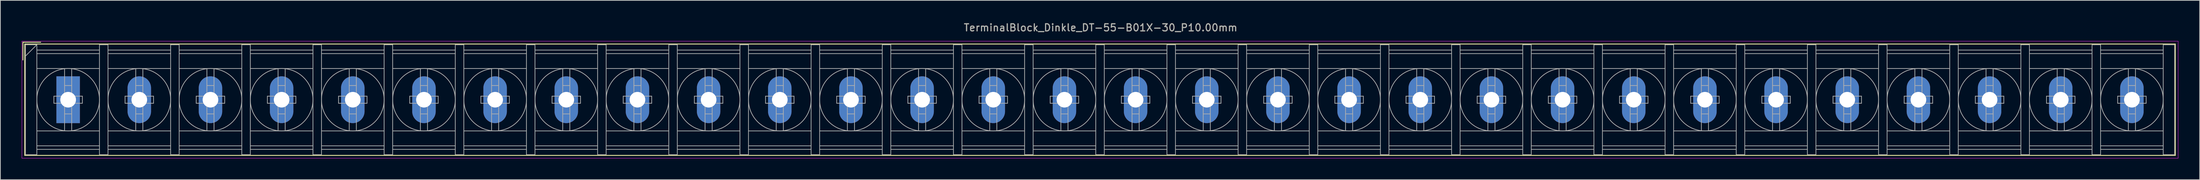
<source format=kicad_pcb>
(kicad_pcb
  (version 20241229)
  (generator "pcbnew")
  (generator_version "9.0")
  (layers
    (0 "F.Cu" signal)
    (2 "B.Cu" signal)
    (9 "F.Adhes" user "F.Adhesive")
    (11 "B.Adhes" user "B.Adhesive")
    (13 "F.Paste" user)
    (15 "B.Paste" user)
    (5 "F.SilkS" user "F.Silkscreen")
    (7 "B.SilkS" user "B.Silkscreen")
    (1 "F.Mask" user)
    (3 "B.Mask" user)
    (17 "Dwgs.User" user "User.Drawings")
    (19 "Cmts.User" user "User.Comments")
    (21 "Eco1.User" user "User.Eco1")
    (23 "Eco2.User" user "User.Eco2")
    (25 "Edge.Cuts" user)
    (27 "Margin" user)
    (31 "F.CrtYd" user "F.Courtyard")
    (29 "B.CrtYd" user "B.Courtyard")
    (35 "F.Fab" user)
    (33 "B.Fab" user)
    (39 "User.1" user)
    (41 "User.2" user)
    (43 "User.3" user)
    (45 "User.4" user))
  (footprint "TerminalBlock_Dinkle_DT-55-B01X-30_P10.00mm"
    (layer "F.Cu")
    (at 6.525 11.008)
    (property "Reference" "TerminalBlock_Dinkle_DT-55-B01X-30_P10.00mm" (at 145.08 -10.16 0) (layer "F.SilkS") (effects (font (size 1 1) (thickness 0.15))))
    (attr through_hole)
    (fp_line (start -6.35 -8.1) (end -3.85 -8.1) (stroke (width 0.12) (type solid)) (layer "F.SilkS"))
    (fp_line (start -6.35 -5.6) (end -6.35 -8.1) (stroke (width 0.12) (type solid)) (layer "F.SilkS"))
    (fp_line (start -6.1 -7.85) (end 296.1 -7.85) (stroke (width 0.12) (type solid)) (layer "F.SilkS"))
    (fp_line (start -6.1 7.85) (end -6.1 -7.85) (stroke (width 0.12) (type solid)) (layer "F.SilkS"))
    (fp_line (start -6.1 7.85) (end 296.1 7.85) (stroke (width 0.12) (type solid)) (layer "F.SilkS"))
    (fp_line (start 296.1 -7.85) (end 296.1 7.85) (stroke (width 0.12) (type solid)) (layer "F.SilkS"))
    (fp_line (start -6.5 -8.25) (end 296.5 -8.25) (stroke (width 0.05) (type solid)) (layer "F.CrtYd"))
    (fp_line (start -6.5 8.25) (end -6.5 -8.25) (stroke (width 0.05) (type solid)) (layer "F.CrtYd"))
    (fp_line (start -6.5 8.25) (end 296.5 8.25) (stroke (width 0.05) (type solid)) (layer "F.CrtYd"))
    (fp_line (start 296.5 -8.25) (end 296.5 8.25) (stroke (width 0.05) (type solid)) (layer "F.CrtYd"))
    (fp_line (start -6 -7.75) (end -6 7.75) (stroke (width 0.1) (type solid)) (layer "F.Fab"))
    (fp_line (start -6 -7.75) (end -4.4 -7.75) (stroke (width 0.1) (type solid)) (layer "F.Fab"))
    (fp_line (start -6 7.75) (end -4.4 7.75) (stroke (width 0.1) (type solid)) (layer "F.Fab"))
    (fp_line (start -4.4 -7.75) (end -6 -6.15) (stroke (width 0.1) (type solid)) (layer "F.Fab"))
    (fp_line (start -4.4 -7.75) (end -4.4 7.75) (stroke (width 0.1) (type solid)) (layer "F.Fab"))
    (fp_line (start -4.4 -7) (end 4.4 -7) (stroke (width 0.1) (type solid)) (layer "F.Fab"))
    (fp_line (start -4.4 -6.5) (end 4.4 -6.5) (stroke (width 0.1) (type solid)) (layer "F.Fab"))
    (fp_line (start -4.4 -4.4) (end 4.4 -4.4) (stroke (width 0.1) (type solid)) (layer "F.Fab"))
    (fp_line (start -4.4 4.4) (end 4.4 4.4) (stroke (width 0.1) (type solid)) (layer "F.Fab"))
    (fp_line (start -4.4 6.5) (end 4.4 6.5) (stroke (width 0.1) (type solid)) (layer "F.Fab"))
    (fp_line (start -4.4 7) (end 4.4 7) (stroke (width 0.1) (type solid)) (layer "F.Fab"))
    (fp_line (start -2 -0.5) (end -2 0.5) (stroke (width 0.1) (type solid)) (layer "F.Fab"))
    (fp_line (start -2 0.5) (end -0.5 0.5) (stroke (width 0.1) (type solid)) (layer "F.Fab"))
    (fp_line (start -0.5 -4.35) (end -0.5 -0.5) (stroke (width 0.1) (type solid)) (layer "F.Fab"))
    (fp_line (start -0.5 -2) (end 0.5 -2) (stroke (width 0.1) (type solid)) (layer "F.Fab"))
    (fp_line (start -0.5 -0.5) (end -2 -0.5) (stroke (width 0.1) (type solid)) (layer "F.Fab"))
    (fp_line (start -0.5 0.5) (end -0.5 4.35) (stroke (width 0.1) (type solid)) (layer "F.Fab"))
    (fp_line (start -0.5 2) (end 0.5 2) (stroke (width 0.1) (type solid)) (layer "F.Fab"))
    (fp_line (start 0.5 -4.35) (end 0.5 -0.5) (stroke (width 0.1) (type solid)) (layer "F.Fab"))
    (fp_line (start 0.5 -0.5) (end 2 -0.5) (stroke (width 0.1) (type solid)) (layer "F.Fab"))
    (fp_line (start 0.5 0.5) (end 0.5 4.35) (stroke (width 0.1) (type solid)) (layer "F.Fab"))
    (fp_line (start 2 -0.5) (end 2 0.5) (stroke (width 0.1) (type solid)) (layer "F.Fab"))
    (fp_line (start 2 0.5) (end 0.5 0.5) (stroke (width 0.1) (type solid)) (layer "F.Fab"))
    (fp_line (start 4.4 -7.75) (end 4.4 7.75) (stroke (width 0.1) (type solid)) (layer "F.Fab"))
    (fp_line (start 4.4 -7.75) (end 5.6 -7.75) (stroke (width 0.1) (type solid)) (layer "F.Fab"))
    (fp_line (start 4.4 7.75) (end 5.6 7.75) (stroke (width 0.1) (type solid)) (layer "F.Fab"))
    (fp_line (start 5.6 -7.75) (end 5.6 7.75) (stroke (width 0.1) (type solid)) (layer "F.Fab"))
    (fp_line (start 5.6 -7) (end 14.4 -7) (stroke (width 0.1) (type solid)) (layer "F.Fab"))
    (fp_line (start 5.6 -6.5) (end 14.4 -6.5) (stroke (width 0.1) (type solid)) (layer "F.Fab"))
    (fp_line (start 5.6 -4.4) (end 14.4 -4.4) (stroke (width 0.1) (type solid)) (layer "F.Fab"))
    (fp_line (start 5.6 4.4) (end 14.4 4.4) (stroke (width 0.1) (type solid)) (layer "F.Fab"))
    (fp_line (start 5.6 6.5) (end 14.4 6.5) (stroke (width 0.1) (type solid)) (layer "F.Fab"))
    (fp_line (start 5.6 7) (end 14.4 7) (stroke (width 0.1) (type solid)) (layer "F.Fab"))
    (fp_line (start 8 -0.5) (end 8 0.5) (stroke (width 0.1) (type solid)) (layer "F.Fab"))
    (fp_line (start 8 0.5) (end 9.5 0.5) (stroke (width 0.1) (type solid)) (layer "F.Fab"))
    (fp_line (start 9.5 -4.35) (end 9.5 -0.5) (stroke (width 0.1) (type solid)) (layer "F.Fab"))
    (fp_line (start 9.5 -2) (end 10.5 -2) (stroke (width 0.1) (type solid)) (layer "F.Fab"))
    (fp_line (start 9.5 -0.5) (end 8 -0.5) (stroke (width 0.1) (type solid)) (layer "F.Fab"))
    (fp_line (start 9.5 0.5) (end 9.5 4.35) (stroke (width 0.1) (type solid)) (layer "F.Fab"))
    (fp_line (start 9.5 2) (end 10.5 2) (stroke (width 0.1) (type solid)) (layer "F.Fab"))
    (fp_line (start 10.5 -4.35) (end 10.5 -0.5) (stroke (width 0.1) (type solid)) (layer "F.Fab"))
    (fp_line (start 10.5 -0.5) (end 12 -0.5) (stroke (width 0.1) (type solid)) (layer "F.Fab"))
    (fp_line (start 10.5 0.5) (end 10.5 4.35) (stroke (width 0.1) (type solid)) (layer "F.Fab"))
    (fp_line (start 12 -0.5) (end 12 0.5) (stroke (width 0.1) (type solid)) (layer "F.Fab"))
    (fp_line (start 12 0.5) (end 10.5 0.5) (stroke (width 0.1) (type solid)) (layer "F.Fab"))
    (fp_line (start 14.4 -7.75) (end 14.4 7.75) (stroke (width 0.1) (type solid)) (layer "F.Fab"))
    (fp_line (start 14.4 -7.75) (end 15.6 -7.75) (stroke (width 0.1) (type solid)) (layer "F.Fab"))
    (fp_line (start 14.4 7.75) (end 15.6 7.75) (stroke (width 0.1) (type solid)) (layer "F.Fab"))
    (fp_line (start 15.6 -7.75) (end 15.6 7.75) (stroke (width 0.1) (type solid)) (layer "F.Fab"))
    (fp_line (start 15.6 -7) (end 24.4 -7) (stroke (width 0.1) (type solid)) (layer "F.Fab"))
    (fp_line (start 15.6 -6.5) (end 24.4 -6.5) (stroke (width 0.1) (type solid)) (layer "F.Fab"))
    (fp_line (start 15.6 -4.4) (end 24.4 -4.4) (stroke (width 0.1) (type solid)) (layer "F.Fab"))
    (fp_line (start 15.6 4.4) (end 24.4 4.4) (stroke (width 0.1) (type solid)) (layer "F.Fab"))
    (fp_line (start 15.6 6.5) (end 24.4 6.5) (stroke (width 0.1) (type solid)) (layer "F.Fab"))
    (fp_line (start 15.6 7) (end 24.4 7) (stroke (width 0.1) (type solid)) (layer "F.Fab"))
    (fp_line (start 18 -0.5) (end 18 0.5) (stroke (width 0.1) (type solid)) (layer "F.Fab"))
    (fp_line (start 18 0.5) (end 19.5 0.5) (stroke (width 0.1) (type solid)) (layer "F.Fab"))
    (fp_line (start 19.5 -4.35) (end 19.5 -0.5) (stroke (width 0.1) (type solid)) (layer "F.Fab"))
    (fp_line (start 19.5 -2) (end 20.5 -2) (stroke (width 0.1) (type solid)) (layer "F.Fab"))
    (fp_line (start 19.5 -0.5) (end 18 -0.5) (stroke (width 0.1) (type solid)) (layer "F.Fab"))
    (fp_line (start 19.5 0.5) (end 19.5 4.35) (stroke (width 0.1) (type solid)) (layer "F.Fab"))
    (fp_line (start 19.5 2) (end 20.5 2) (stroke (width 0.1) (type solid)) (layer "F.Fab"))
    (fp_line (start 20.5 -4.35) (end 20.5 -0.5) (stroke (width 0.1) (type solid)) (layer "F.Fab"))
    (fp_line (start 20.5 -0.5) (end 22 -0.5) (stroke (width 0.1) (type solid)) (layer "F.Fab"))
    (fp_line (start 20.5 0.5) (end 20.5 4.35) (stroke (width 0.1) (type solid)) (layer "F.Fab"))
    (fp_line (start 22 -0.5) (end 22 0.5) (stroke (width 0.1) (type solid)) (layer "F.Fab"))
    (fp_line (start 22 0.5) (end 20.5 0.5) (stroke (width 0.1) (type solid)) (layer "F.Fab"))
    (fp_line (start 24.4 -7.75) (end 24.4 7.75) (stroke (width 0.1) (type solid)) (layer "F.Fab"))
    (fp_line (start 24.4 -7.75) (end 25.6 -7.75) (stroke (width 0.1) (type solid)) (layer "F.Fab"))
    (fp_line (start 24.4 7.75) (end 25.6 7.75) (stroke (width 0.1) (type solid)) (layer "F.Fab"))
    (fp_line (start 25.6 -7.75) (end 25.6 7.75) (stroke (width 0.1) (type solid)) (layer "F.Fab"))
    (fp_line (start 25.6 -7) (end 34.4 -7) (stroke (width 0.1) (type solid)) (layer "F.Fab"))
    (fp_line (start 25.6 -6.5) (end 34.4 -6.5) (stroke (width 0.1) (type solid)) (layer "F.Fab"))
    (fp_line (start 25.6 -4.4) (end 34.4 -4.4) (stroke (width 0.1) (type solid)) (layer "F.Fab"))
    (fp_line (start 25.6 4.4) (end 34.4 4.4) (stroke (width 0.1) (type solid)) (layer "F.Fab"))
    (fp_line (start 25.6 6.5) (end 34.4 6.5) (stroke (width 0.1) (type solid)) (layer "F.Fab"))
    (fp_line (start 25.6 7) (end 34.4 7) (stroke (width 0.1) (type solid)) (layer "F.Fab"))
    (fp_line (start 28 -0.5) (end 28 0.5) (stroke (width 0.1) (type solid)) (layer "F.Fab"))
    (fp_line (start 28 0.5) (end 29.5 0.5) (stroke (width 0.1) (type solid)) (layer "F.Fab"))
    (fp_line (start 29.5 -4.35) (end 29.5 -0.5) (stroke (width 0.1) (type solid)) (layer "F.Fab"))
    (fp_line (start 29.5 -2) (end 30.5 -2) (stroke (width 0.1) (type solid)) (layer "F.Fab"))
    (fp_line (start 29.5 -0.5) (end 28 -0.5) (stroke (width 0.1) (type solid)) (layer "F.Fab"))
    (fp_line (start 29.5 0.5) (end 29.5 4.35) (stroke (width 0.1) (type solid)) (layer "F.Fab"))
    (fp_line (start 29.5 2) (end 30.5 2) (stroke (width 0.1) (type solid)) (layer "F.Fab"))
    (fp_line (start 30.5 -4.35) (end 30.5 -0.5) (stroke (width 0.1) (type solid)) (layer "F.Fab"))
    (fp_line (start 30.5 -0.5) (end 32 -0.5) (stroke (width 0.1) (type solid)) (layer "F.Fab"))
    (fp_line (start 30.5 0.5) (end 30.5 4.35) (stroke (width 0.1) (type solid)) (layer "F.Fab"))
    (fp_line (start 32 -0.5) (end 32 0.5) (stroke (width 0.1) (type solid)) (layer "F.Fab"))
    (fp_line (start 32 0.5) (end 30.5 0.5) (stroke (width 0.1) (type solid)) (layer "F.Fab"))
    (fp_line (start 34.4 -7.75) (end 34.4 7.75) (stroke (width 0.1) (type solid)) (layer "F.Fab"))
    (fp_line (start 34.4 -7.75) (end 35.6 -7.75) (stroke (width 0.1) (type solid)) (layer "F.Fab"))
    (fp_line (start 34.4 7.75) (end 35.6 7.75) (stroke (width 0.1) (type solid)) (layer "F.Fab"))
    (fp_line (start 35.6 -7.75) (end 35.6 7.75) (stroke (width 0.1) (type solid)) (layer "F.Fab"))
    (fp_line (start 35.6 -7) (end 44.4 -7) (stroke (width 0.1) (type solid)) (layer "F.Fab"))
    (fp_line (start 35.6 -6.5) (end 44.4 -6.5) (stroke (width 0.1) (type solid)) (layer "F.Fab"))
    (fp_line (start 35.6 -4.4) (end 44.4 -4.4) (stroke (width 0.1) (type solid)) (layer "F.Fab"))
    (fp_line (start 35.6 4.4) (end 44.4 4.4) (stroke (width 0.1) (type solid)) (layer "F.Fab"))
    (fp_line (start 35.6 6.5) (end 44.4 6.5) (stroke (width 0.1) (type solid)) (layer "F.Fab"))
    (fp_line (start 35.6 7) (end 44.4 7) (stroke (width 0.1) (type solid)) (layer "F.Fab"))
    (fp_line (start 38 -0.5) (end 38 0.5) (stroke (width 0.1) (type solid)) (layer "F.Fab"))
    (fp_line (start 38 0.5) (end 39.5 0.5) (stroke (width 0.1) (type solid)) (layer "F.Fab"))
    (fp_line (start 39.5 -4.35) (end 39.5 -0.5) (stroke (width 0.1) (type solid)) (layer "F.Fab"))
    (fp_line (start 39.5 -2) (end 40.5 -2) (stroke (width 0.1) (type solid)) (layer "F.Fab"))
    (fp_line (start 39.5 -0.5) (end 38 -0.5) (stroke (width 0.1) (type solid)) (layer "F.Fab"))
    (fp_line (start 39.5 0.5) (end 39.5 4.35) (stroke (width 0.1) (type solid)) (layer "F.Fab"))
    (fp_line (start 39.5 2) (end 40.5 2) (stroke (width 0.1) (type solid)) (layer "F.Fab"))
    (fp_line (start 40.5 -4.35) (end 40.5 -0.5) (stroke (width 0.1) (type solid)) (layer "F.Fab"))
    (fp_line (start 40.5 -0.5) (end 42 -0.5) (stroke (width 0.1) (type solid)) (layer "F.Fab"))
    (fp_line (start 40.5 0.5) (end 40.5 4.35) (stroke (width 0.1) (type solid)) (layer "F.Fab"))
    (fp_line (start 42 -0.5) (end 42 0.5) (stroke (width 0.1) (type solid)) (layer "F.Fab"))
    (fp_line (start 42 0.5) (end 40.5 0.5) (stroke (width 0.1) (type solid)) (layer "F.Fab"))
    (fp_line (start 44.4 -7.75) (end 44.4 7.75) (stroke (width 0.1) (type solid)) (layer "F.Fab"))
    (fp_line (start 44.4 -7.75) (end 45.6 -7.75) (stroke (width 0.1) (type solid)) (layer "F.Fab"))
    (fp_line (start 44.4 7.75) (end 45.6 7.75) (stroke (width 0.1) (type solid)) (layer "F.Fab"))
    (fp_line (start 45.6 -7.75) (end 45.6 7.75) (stroke (width 0.1) (type solid)) (layer "F.Fab"))
    (fp_line (start 45.6 -7) (end 54.4 -7) (stroke (width 0.1) (type solid)) (layer "F.Fab"))
    (fp_line (start 45.6 -6.5) (end 54.4 -6.5) (stroke (width 0.1) (type solid)) (layer "F.Fab"))
    (fp_line (start 45.6 -4.4) (end 54.4 -4.4) (stroke (width 0.1) (type solid)) (layer "F.Fab"))
    (fp_line (start 45.6 4.4) (end 54.4 4.4) (stroke (width 0.1) (type solid)) (layer "F.Fab"))
    (fp_line (start 45.6 6.5) (end 54.4 6.5) (stroke (width 0.1) (type solid)) (layer "F.Fab"))
    (fp_line (start 45.6 7) (end 54.4 7) (stroke (width 0.1) (type solid)) (layer "F.Fab"))
    (fp_line (start 48 -0.5) (end 48 0.5) (stroke (width 0.1) (type solid)) (layer "F.Fab"))
    (fp_line (start 48 0.5) (end 49.5 0.5) (stroke (width 0.1) (type solid)) (layer "F.Fab"))
    (fp_line (start 49.5 -4.35) (end 49.5 -0.5) (stroke (width 0.1) (type solid)) (layer "F.Fab"))
    (fp_line (start 49.5 -2) (end 50.5 -2) (stroke (width 0.1) (type solid)) (layer "F.Fab"))
    (fp_line (start 49.5 -0.5) (end 48 -0.5) (stroke (width 0.1) (type solid)) (layer "F.Fab"))
    (fp_line (start 49.5 0.5) (end 49.5 4.35) (stroke (width 0.1) (type solid)) (layer "F.Fab"))
    (fp_line (start 49.5 2) (end 50.5 2) (stroke (width 0.1) (type solid)) (layer "F.Fab"))
    (fp_line (start 50.5 -4.35) (end 50.5 -0.5) (stroke (width 0.1) (type solid)) (layer "F.Fab"))
    (fp_line (start 50.5 -0.5) (end 52 -0.5) (stroke (width 0.1) (type solid)) (layer "F.Fab"))
    (fp_line (start 50.5 0.5) (end 50.5 4.35) (stroke (width 0.1) (type solid)) (layer "F.Fab"))
    (fp_line (start 52 -0.5) (end 52 0.5) (stroke (width 0.1) (type solid)) (layer "F.Fab"))
    (fp_line (start 52 0.5) (end 50.5 0.5) (stroke (width 0.1) (type solid)) (layer "F.Fab"))
    (fp_line (start 54.4 -7.75) (end 54.4 7.75) (stroke (width 0.1) (type solid)) (layer "F.Fab"))
    (fp_line (start 54.4 -7.75) (end 55.6 -7.75) (stroke (width 0.1) (type solid)) (layer "F.Fab"))
    (fp_line (start 54.4 7.75) (end 55.6 7.75) (stroke (width 0.1) (type solid)) (layer "F.Fab"))
    (fp_line (start 55.6 -7.75) (end 55.6 7.75) (stroke (width 0.1) (type solid)) (layer "F.Fab"))
    (fp_line (start 55.6 -7) (end 64.4 -7) (stroke (width 0.1) (type solid)) (layer "F.Fab"))
    (fp_line (start 55.6 -6.5) (end 64.4 -6.5) (stroke (width 0.1) (type solid)) (layer "F.Fab"))
    (fp_line (start 55.6 -4.4) (end 64.4 -4.4) (stroke (width 0.1) (type solid)) (layer "F.Fab"))
    (fp_line (start 55.6 4.4) (end 64.4 4.4) (stroke (width 0.1) (type solid)) (layer "F.Fab"))
    (fp_line (start 55.6 6.5) (end 64.4 6.5) (stroke (width 0.1) (type solid)) (layer "F.Fab"))
    (fp_line (start 55.6 7) (end 64.4 7) (stroke (width 0.1) (type solid)) (layer "F.Fab"))
    (fp_line (start 58 -0.5) (end 58 0.5) (stroke (width 0.1) (type solid)) (layer "F.Fab"))
    (fp_line (start 58 0.5) (end 59.5 0.5) (stroke (width 0.1) (type solid)) (layer "F.Fab"))
    (fp_line (start 59.5 -4.35) (end 59.5 -0.5) (stroke (width 0.1) (type solid)) (layer "F.Fab"))
    (fp_line (start 59.5 -2) (end 60.5 -2) (stroke (width 0.1) (type solid)) (layer "F.Fab"))
    (fp_line (start 59.5 -0.5) (end 58 -0.5) (stroke (width 0.1) (type solid)) (layer "F.Fab"))
    (fp_line (start 59.5 0.5) (end 59.5 4.35) (stroke (width 0.1) (type solid)) (layer "F.Fab"))
    (fp_line (start 59.5 2) (end 60.5 2) (stroke (width 0.1) (type solid)) (layer "F.Fab"))
    (fp_line (start 60.5 -4.35) (end 60.5 -0.5) (stroke (width 0.1) (type solid)) (layer "F.Fab"))
    (fp_line (start 60.5 -0.5) (end 62 -0.5) (stroke (width 0.1) (type solid)) (layer "F.Fab"))
    (fp_line (start 60.5 0.5) (end 60.5 4.35) (stroke (width 0.1) (type solid)) (layer "F.Fab"))
    (fp_line (start 62 -0.5) (end 62 0.5) (stroke (width 0.1) (type solid)) (layer "F.Fab"))
    (fp_line (start 62 0.5) (end 60.5 0.5) (stroke (width 0.1) (type solid)) (layer "F.Fab"))
    (fp_line (start 64.4 -7.75) (end 64.4 7.75) (stroke (width 0.1) (type solid)) (layer "F.Fab"))
    (fp_line (start 64.4 -7.75) (end 65.6 -7.75) (stroke (width 0.1) (type solid)) (layer "F.Fab"))
    (fp_line (start 64.4 7.75) (end 65.6 7.75) (stroke (width 0.1) (type solid)) (layer "F.Fab"))
    (fp_line (start 65.6 -7.75) (end 65.6 7.75) (stroke (width 0.1) (type solid)) (layer "F.Fab"))
    (fp_line (start 65.6 -7) (end 74.4 -7) (stroke (width 0.1) (type solid)) (layer "F.Fab"))
    (fp_line (start 65.6 -6.5) (end 74.4 -6.5) (stroke (width 0.1) (type solid)) (layer "F.Fab"))
    (fp_line (start 65.6 -4.4) (end 74.4 -4.4) (stroke (width 0.1) (type solid)) (layer "F.Fab"))
    (fp_line (start 65.6 4.4) (end 74.4 4.4) (stroke (width 0.1) (type solid)) (layer "F.Fab"))
    (fp_line (start 65.6 6.5) (end 74.4 6.5) (stroke (width 0.1) (type solid)) (layer "F.Fab"))
    (fp_line (start 65.6 7) (end 74.4 7) (stroke (width 0.1) (type solid)) (layer "F.Fab"))
    (fp_line (start 68 -0.5) (end 68 0.5) (stroke (width 0.1) (type solid)) (layer "F.Fab"))
    (fp_line (start 68 0.5) (end 69.5 0.5) (stroke (width 0.1) (type solid)) (layer "F.Fab"))
    (fp_line (start 69.5 -4.35) (end 69.5 -0.5) (stroke (width 0.1) (type solid)) (layer "F.Fab"))
    (fp_line (start 69.5 -2) (end 70.5 -2) (stroke (width 0.1) (type solid)) (layer "F.Fab"))
    (fp_line (start 69.5 -0.5) (end 68 -0.5) (stroke (width 0.1) (type solid)) (layer "F.Fab"))
    (fp_line (start 69.5 0.5) (end 69.5 4.35) (stroke (width 0.1) (type solid)) (layer "F.Fab"))
    (fp_line (start 69.5 2) (end 70.5 2) (stroke (width 0.1) (type solid)) (layer "F.Fab"))
    (fp_line (start 70.5 -4.35) (end 70.5 -0.5) (stroke (width 0.1) (type solid)) (layer "F.Fab"))
    (fp_line (start 70.5 -0.5) (end 72 -0.5) (stroke (width 0.1) (type solid)) (layer "F.Fab"))
    (fp_line (start 70.5 0.5) (end 70.5 4.35) (stroke (width 0.1) (type solid)) (layer "F.Fab"))
    (fp_line (start 72 -0.5) (end 72 0.5) (stroke (width 0.1) (type solid)) (layer "F.Fab"))
    (fp_line (start 72 0.5) (end 70.5 0.5) (stroke (width 0.1) (type solid)) (layer "F.Fab"))
    (fp_line (start 74.4 -7.75) (end 74.4 7.75) (stroke (width 0.1) (type solid)) (layer "F.Fab"))
    (fp_line (start 74.4 -7.75) (end 75.6 -7.75) (stroke (width 0.1) (type solid)) (layer "F.Fab"))
    (fp_line (start 74.4 7.75) (end 75.6 7.75) (stroke (width 0.1) (type solid)) (layer "F.Fab"))
    (fp_line (start 75.6 -7.75) (end 75.6 7.75) (stroke (width 0.1) (type solid)) (layer "F.Fab"))
    (fp_line (start 75.6 -7) (end 84.4 -7) (stroke (width 0.1) (type solid)) (layer "F.Fab"))
    (fp_line (start 75.6 -6.5) (end 84.4 -6.5) (stroke (width 0.1) (type solid)) (layer "F.Fab"))
    (fp_line (start 75.6 -4.4) (end 84.4 -4.4) (stroke (width 0.1) (type solid)) (layer "F.Fab"))
    (fp_line (start 75.6 4.4) (end 84.4 4.4) (stroke (width 0.1) (type solid)) (layer "F.Fab"))
    (fp_line (start 75.6 6.5) (end 84.4 6.5) (stroke (width 0.1) (type solid)) (layer "F.Fab"))
    (fp_line (start 75.6 7) (end 84.4 7) (stroke (width 0.1) (type solid)) (layer "F.Fab"))
    (fp_line (start 78 -0.5) (end 78 0.5) (stroke (width 0.1) (type solid)) (layer "F.Fab"))
    (fp_line (start 78 0.5) (end 79.5 0.5) (stroke (width 0.1) (type solid)) (layer "F.Fab"))
    (fp_line (start 79.5 -4.35) (end 79.5 -0.5) (stroke (width 0.1) (type solid)) (layer "F.Fab"))
    (fp_line (start 79.5 -2) (end 80.5 -2) (stroke (width 0.1) (type solid)) (layer "F.Fab"))
    (fp_line (start 79.5 -0.5) (end 78 -0.5) (stroke (width 0.1) (type solid)) (layer "F.Fab"))
    (fp_line (start 79.5 0.5) (end 79.5 4.35) (stroke (width 0.1) (type solid)) (layer "F.Fab"))
    (fp_line (start 79.5 2) (end 80.5 2) (stroke (width 0.1) (type solid)) (layer "F.Fab"))
    (fp_line (start 80.5 -4.35) (end 80.5 -0.5) (stroke (width 0.1) (type solid)) (layer "F.Fab"))
    (fp_line (start 80.5 -0.5) (end 82 -0.5) (stroke (width 0.1) (type solid)) (layer "F.Fab"))
    (fp_line (start 80.5 0.5) (end 80.5 4.35) (stroke (width 0.1) (type solid)) (layer "F.Fab"))
    (fp_line (start 82 -0.5) (end 82 0.5) (stroke (width 0.1) (type solid)) (layer "F.Fab"))
    (fp_line (start 82 0.5) (end 80.5 0.5) (stroke (width 0.1) (type solid)) (layer "F.Fab"))
    (fp_line (start 84.4 -7.75) (end 84.4 7.75) (stroke (width 0.1) (type solid)) (layer "F.Fab"))
    (fp_line (start 84.4 -7.75) (end 85.6 -7.75) (stroke (width 0.1) (type solid)) (layer "F.Fab"))
    (fp_line (start 84.4 7.75) (end 85.6 7.75) (stroke (width 0.1) (type solid)) (layer "F.Fab"))
    (fp_line (start 85.6 -7.75) (end 85.6 7.75) (stroke (width 0.1) (type solid)) (layer "F.Fab"))
    (fp_line (start 85.6 -7) (end 94.4 -7) (stroke (width 0.1) (type solid)) (layer "F.Fab"))
    (fp_line (start 85.6 -6.5) (end 94.4 -6.5) (stroke (width 0.1) (type solid)) (layer "F.Fab"))
    (fp_line (start 85.6 -4.4) (end 94.4 -4.4) (stroke (width 0.1) (type solid)) (layer "F.Fab"))
    (fp_line (start 85.6 4.4) (end 94.4 4.4) (stroke (width 0.1) (type solid)) (layer "F.Fab"))
    (fp_line (start 85.6 6.5) (end 94.4 6.5) (stroke (width 0.1) (type solid)) (layer "F.Fab"))
    (fp_line (start 85.6 7) (end 94.4 7) (stroke (width 0.1) (type solid)) (layer "F.Fab"))
    (fp_line (start 88 -0.5) (end 88 0.5) (stroke (width 0.1) (type solid)) (layer "F.Fab"))
    (fp_line (start 88 0.5) (end 89.5 0.5) (stroke (width 0.1) (type solid)) (layer "F.Fab"))
    (fp_line (start 89.5 -4.35) (end 89.5 -0.5) (stroke (width 0.1) (type solid)) (layer "F.Fab"))
    (fp_line (start 89.5 -2) (end 90.5 -2) (stroke (width 0.1) (type solid)) (layer "F.Fab"))
    (fp_line (start 89.5 -0.5) (end 88 -0.5) (stroke (width 0.1) (type solid)) (layer "F.Fab"))
    (fp_line (start 89.5 0.5) (end 89.5 4.35) (stroke (width 0.1) (type solid)) (layer "F.Fab"))
    (fp_line (start 89.5 2) (end 90.5 2) (stroke (width 0.1) (type solid)) (layer "F.Fab"))
    (fp_line (start 90.5 -4.35) (end 90.5 -0.5) (stroke (width 0.1) (type solid)) (layer "F.Fab"))
    (fp_line (start 90.5 -0.5) (end 92 -0.5) (stroke (width 0.1) (type solid)) (layer "F.Fab"))
    (fp_line (start 90.5 0.5) (end 90.5 4.35) (stroke (width 0.1) (type solid)) (layer "F.Fab"))
    (fp_line (start 92 -0.5) (end 92 0.5) (stroke (width 0.1) (type solid)) (layer "F.Fab"))
    (fp_line (start 92 0.5) (end 90.5 0.5) (stroke (width 0.1) (type solid)) (layer "F.Fab"))
    (fp_line (start 94.4 -7.75) (end 94.4 7.75) (stroke (width 0.1) (type solid)) (layer "F.Fab"))
    (fp_line (start 94.4 -7.75) (end 95.6 -7.75) (stroke (width 0.1) (type solid)) (layer "F.Fab"))
    (fp_line (start 94.4 7.75) (end 95.6 7.75) (stroke (width 0.1) (type solid)) (layer "F.Fab"))
    (fp_line (start 95.6 -7.75) (end 95.6 7.75) (stroke (width 0.1) (type solid)) (layer "F.Fab"))
    (fp_line (start 95.6 -7) (end 104.4 -7) (stroke (width 0.1) (type solid)) (layer "F.Fab"))
    (fp_line (start 95.6 -6.5) (end 104.4 -6.5) (stroke (width 0.1) (type solid)) (layer "F.Fab"))
    (fp_line (start 95.6 -4.4) (end 104.4 -4.4) (stroke (width 0.1) (type solid)) (layer "F.Fab"))
    (fp_line (start 95.6 4.4) (end 104.4 4.4) (stroke (width 0.1) (type solid)) (layer "F.Fab"))
    (fp_line (start 95.6 6.5) (end 104.4 6.5) (stroke (width 0.1) (type solid)) (layer "F.Fab"))
    (fp_line (start 95.6 7) (end 104.4 7) (stroke (width 0.1) (type solid)) (layer "F.Fab"))
    (fp_line (start 98 -0.5) (end 98 0.5) (stroke (width 0.1) (type solid)) (layer "F.Fab"))
    (fp_line (start 98 0.5) (end 99.5 0.5) (stroke (width 0.1) (type solid)) (layer "F.Fab"))
    (fp_line (start 99.5 -4.35) (end 99.5 -0.5) (stroke (width 0.1) (type solid)) (layer "F.Fab"))
    (fp_line (start 99.5 -2) (end 100.5 -2) (stroke (width 0.1) (type solid)) (layer "F.Fab"))
    (fp_line (start 99.5 -0.5) (end 98 -0.5) (stroke (width 0.1) (type solid)) (layer "F.Fab"))
    (fp_line (start 99.5 0.5) (end 99.5 4.35) (stroke (width 0.1) (type solid)) (layer "F.Fab"))
    (fp_line (start 99.5 2) (end 100.5 2) (stroke (width 0.1) (type solid)) (layer "F.Fab"))
    (fp_line (start 100.5 -4.35) (end 100.5 -0.5) (stroke (width 0.1) (type solid)) (layer "F.Fab"))
    (fp_line (start 100.5 -0.5) (end 102 -0.5) (stroke (width 0.1) (type solid)) (layer "F.Fab"))
    (fp_line (start 100.5 0.5) (end 100.5 4.35) (stroke (width 0.1) (type solid)) (layer "F.Fab"))
    (fp_line (start 102 -0.5) (end 102 0.5) (stroke (width 0.1) (type solid)) (layer "F.Fab"))
    (fp_line (start 102 0.5) (end 100.5 0.5) (stroke (width 0.1) (type solid)) (layer "F.Fab"))
    (fp_line (start 104.4 -7.75) (end 104.4 7.75) (stroke (width 0.1) (type solid)) (layer "F.Fab"))
    (fp_line (start 104.4 -7.75) (end 105.6 -7.75) (stroke (width 0.1) (type solid)) (layer "F.Fab"))
    (fp_line (start 104.4 7.75) (end 105.6 7.75) (stroke (width 0.1) (type solid)) (layer "F.Fab"))
    (fp_line (start 105.6 -7.75) (end 105.6 7.75) (stroke (width 0.1) (type solid)) (layer "F.Fab"))
    (fp_line (start 105.6 -7) (end 114.4 -7) (stroke (width 0.1) (type solid)) (layer "F.Fab"))
    (fp_line (start 105.6 -6.5) (end 114.4 -6.5) (stroke (width 0.1) (type solid)) (layer "F.Fab"))
    (fp_line (start 105.6 -4.4) (end 114.4 -4.4) (stroke (width 0.1) (type solid)) (layer "F.Fab"))
    (fp_line (start 105.6 4.4) (end 114.4 4.4) (stroke (width 0.1) (type solid)) (layer "F.Fab"))
    (fp_line (start 105.6 6.5) (end 114.4 6.5) (stroke (width 0.1) (type solid)) (layer "F.Fab"))
    (fp_line (start 105.6 7) (end 114.4 7) (stroke (width 0.1) (type solid)) (layer "F.Fab"))
    (fp_line (start 108 -0.5) (end 108 0.5) (stroke (width 0.1) (type solid)) (layer "F.Fab"))
    (fp_line (start 108 0.5) (end 109.5 0.5) (stroke (width 0.1) (type solid)) (layer "F.Fab"))
    (fp_line (start 109.5 -4.35) (end 109.5 -0.5) (stroke (width 0.1) (type solid)) (layer "F.Fab"))
    (fp_line (start 109.5 -2) (end 110.5 -2) (stroke (width 0.1) (type solid)) (layer "F.Fab"))
    (fp_line (start 109.5 -0.5) (end 108 -0.5) (stroke (width 0.1) (type solid)) (layer "F.Fab"))
    (fp_line (start 109.5 0.5) (end 109.5 4.35) (stroke (width 0.1) (type solid)) (layer "F.Fab"))
    (fp_line (start 109.5 2) (end 110.5 2) (stroke (width 0.1) (type solid)) (layer "F.Fab"))
    (fp_line (start 110.5 -4.35) (end 110.5 -0.5) (stroke (width 0.1) (type solid)) (layer "F.Fab"))
    (fp_line (start 110.5 -0.5) (end 112 -0.5) (stroke (width 0.1) (type solid)) (layer "F.Fab"))
    (fp_line (start 110.5 0.5) (end 110.5 4.35) (stroke (width 0.1) (type solid)) (layer "F.Fab"))
    (fp_line (start 112 -0.5) (end 112 0.5) (stroke (width 0.1) (type solid)) (layer "F.Fab"))
    (fp_line (start 112 0.5) (end 110.5 0.5) (stroke (width 0.1) (type solid)) (layer "F.Fab"))
    (fp_line (start 114.4 -7.75) (end 114.4 7.75) (stroke (width 0.1) (type solid)) (layer "F.Fab"))
    (fp_line (start 114.4 -7.75) (end 115.6 -7.75) (stroke (width 0.1) (type solid)) (layer "F.Fab"))
    (fp_line (start 114.4 7.75) (end 115.6 7.75) (stroke (width 0.1) (type solid)) (layer "F.Fab"))
    (fp_line (start 115.6 -7.75) (end 115.6 7.75) (stroke (width 0.1) (type solid)) (layer "F.Fab"))
    (fp_line (start 115.6 -7) (end 124.4 -7) (stroke (width 0.1) (type solid)) (layer "F.Fab"))
    (fp_line (start 115.6 -6.5) (end 124.4 -6.5) (stroke (width 0.1) (type solid)) (layer "F.Fab"))
    (fp_line (start 115.6 -4.4) (end 124.4 -4.4) (stroke (width 0.1) (type solid)) (layer "F.Fab"))
    (fp_line (start 115.6 4.4) (end 124.4 4.4) (stroke (width 0.1) (type solid)) (layer "F.Fab"))
    (fp_line (start 115.6 6.5) (end 124.4 6.5) (stroke (width 0.1) (type solid)) (layer "F.Fab"))
    (fp_line (start 115.6 7) (end 124.4 7) (stroke (width 0.1) (type solid)) (layer "F.Fab"))
    (fp_line (start 118 -0.5) (end 118 0.5) (stroke (width 0.1) (type solid)) (layer "F.Fab"))
    (fp_line (start 118 0.5) (end 119.5 0.5) (stroke (width 0.1) (type solid)) (layer "F.Fab"))
    (fp_line (start 119.5 -4.35) (end 119.5 -0.5) (stroke (width 0.1) (type solid)) (layer "F.Fab"))
    (fp_line (start 119.5 -2) (end 120.5 -2) (stroke (width 0.1) (type solid)) (layer "F.Fab"))
    (fp_line (start 119.5 -0.5) (end 118 -0.5) (stroke (width 0.1) (type solid)) (layer "F.Fab"))
    (fp_line (start 119.5 0.5) (end 119.5 4.35) (stroke (width 0.1) (type solid)) (layer "F.Fab"))
    (fp_line (start 119.5 2) (end 120.5 2) (stroke (width 0.1) (type solid)) (layer "F.Fab"))
    (fp_line (start 120.5 -4.35) (end 120.5 -0.5) (stroke (width 0.1) (type solid)) (layer "F.Fab"))
    (fp_line (start 120.5 -0.5) (end 122 -0.5) (stroke (width 0.1) (type solid)) (layer "F.Fab"))
    (fp_line (start 120.5 0.5) (end 120.5 4.35) (stroke (width 0.1) (type solid)) (layer "F.Fab"))
    (fp_line (start 122 -0.5) (end 122 0.5) (stroke (width 0.1) (type solid)) (layer "F.Fab"))
    (fp_line (start 122 0.5) (end 120.5 0.5) (stroke (width 0.1) (type solid)) (layer "F.Fab"))
    (fp_line (start 124.4 -7.75) (end 124.4 7.75) (stroke (width 0.1) (type solid)) (layer "F.Fab"))
    (fp_line (start 124.4 -7.75) (end 125.6 -7.75) (stroke (width 0.1) (type solid)) (layer "F.Fab"))
    (fp_line (start 124.4 7.75) (end 125.6 7.75) (stroke (width 0.1) (type solid)) (layer "F.Fab"))
    (fp_line (start 125.6 -7.75) (end 125.6 7.75) (stroke (width 0.1) (type solid)) (layer "F.Fab"))
    (fp_line (start 125.6 -7) (end 134.4 -7) (stroke (width 0.1) (type solid)) (layer "F.Fab"))
    (fp_line (start 125.6 -6.5) (end 134.4 -6.5) (stroke (width 0.1) (type solid)) (layer "F.Fab"))
    (fp_line (start 125.6 -4.4) (end 134.4 -4.4) (stroke (width 0.1) (type solid)) (layer "F.Fab"))
    (fp_line (start 125.6 4.4) (end 134.4 4.4) (stroke (width 0.1) (type solid)) (layer "F.Fab"))
    (fp_line (start 125.6 6.5) (end 134.4 6.5) (stroke (width 0.1) (type solid)) (layer "F.Fab"))
    (fp_line (start 125.6 7) (end 134.4 7) (stroke (width 0.1) (type solid)) (layer "F.Fab"))
    (fp_line (start 128 -0.5) (end 128 0.5) (stroke (width 0.1) (type solid)) (layer "F.Fab"))
    (fp_line (start 128 0.5) (end 129.5 0.5) (stroke (width 0.1) (type solid)) (layer "F.Fab"))
    (fp_line (start 129.5 -4.35) (end 129.5 -0.5) (stroke (width 0.1) (type solid)) (layer "F.Fab"))
    (fp_line (start 129.5 -2) (end 130.5 -2) (stroke (width 0.1) (type solid)) (layer "F.Fab"))
    (fp_line (start 129.5 -0.5) (end 128 -0.5) (stroke (width 0.1) (type solid)) (layer "F.Fab"))
    (fp_line (start 129.5 0.5) (end 129.5 4.35) (stroke (width 0.1) (type solid)) (layer "F.Fab"))
    (fp_line (start 129.5 2) (end 130.5 2) (stroke (width 0.1) (type solid)) (layer "F.Fab"))
    (fp_line (start 130.5 -4.35) (end 130.5 -0.5) (stroke (width 0.1) (type solid)) (layer "F.Fab"))
    (fp_line (start 130.5 -0.5) (end 132 -0.5) (stroke (width 0.1) (type solid)) (layer "F.Fab"))
    (fp_line (start 130.5 0.5) (end 130.5 4.35) (stroke (width 0.1) (type solid)) (layer "F.Fab"))
    (fp_line (start 132 -0.5) (end 132 0.5) (stroke (width 0.1) (type solid)) (layer "F.Fab"))
    (fp_line (start 132 0.5) (end 130.5 0.5) (stroke (width 0.1) (type solid)) (layer "F.Fab"))
    (fp_line (start 134.4 -7.75) (end 134.4 7.75) (stroke (width 0.1) (type solid)) (layer "F.Fab"))
    (fp_line (start 134.4 -7.75) (end 135.6 -7.75) (stroke (width 0.1) (type solid)) (layer "F.Fab"))
    (fp_line (start 134.4 7.75) (end 135.6 7.75) (stroke (width 0.1) (type solid)) (layer "F.Fab"))
    (fp_line (start 135.6 -7.75) (end 135.6 7.75) (stroke (width 0.1) (type solid)) (layer "F.Fab"))
    (fp_line (start 135.6 -7) (end 144.4 -7) (stroke (width 0.1) (type solid)) (layer "F.Fab"))
    (fp_line (start 135.6 -6.5) (end 144.4 -6.5) (stroke (width 0.1) (type solid)) (layer "F.Fab"))
    (fp_line (start 135.6 -4.4) (end 144.4 -4.4) (stroke (width 0.1) (type solid)) (layer "F.Fab"))
    (fp_line (start 135.6 4.4) (end 144.4 4.4) (stroke (width 0.1) (type solid)) (layer "F.Fab"))
    (fp_line (start 135.6 6.5) (end 144.4 6.5) (stroke (width 0.1) (type solid)) (layer "F.Fab"))
    (fp_line (start 135.6 7) (end 144.4 7) (stroke (width 0.1) (type solid)) (layer "F.Fab"))
    (fp_line (start 138 -0.5) (end 138 0.5) (stroke (width 0.1) (type solid)) (layer "F.Fab"))
    (fp_line (start 138 0.5) (end 139.5 0.5) (stroke (width 0.1) (type solid)) (layer "F.Fab"))
    (fp_line (start 139.5 -4.35) (end 139.5 -0.5) (stroke (width 0.1) (type solid)) (layer "F.Fab"))
    (fp_line (start 139.5 -2) (end 140.5 -2) (stroke (width 0.1) (type solid)) (layer "F.Fab"))
    (fp_line (start 139.5 -0.5) (end 138 -0.5) (stroke (width 0.1) (type solid)) (layer "F.Fab"))
    (fp_line (start 139.5 0.5) (end 139.5 4.35) (stroke (width 0.1) (type solid)) (layer "F.Fab"))
    (fp_line (start 139.5 2) (end 140.5 2) (stroke (width 0.1) (type solid)) (layer "F.Fab"))
    (fp_line (start 140.5 -4.35) (end 140.5 -0.5) (stroke (width 0.1) (type solid)) (layer "F.Fab"))
    (fp_line (start 140.5 -0.5) (end 142 -0.5) (stroke (width 0.1) (type solid)) (layer "F.Fab"))
    (fp_line (start 140.5 0.5) (end 140.5 4.35) (stroke (width 0.1) (type solid)) (layer "F.Fab"))
    (fp_line (start 142 -0.5) (end 142 0.5) (stroke (width 0.1) (type solid)) (layer "F.Fab"))
    (fp_line (start 142 0.5) (end 140.5 0.5) (stroke (width 0.1) (type solid)) (layer "F.Fab"))
    (fp_line (start 144.4 -7.75) (end 144.4 7.75) (stroke (width 0.1) (type solid)) (layer "F.Fab"))
    (fp_line (start 144.4 -7.75) (end 145.6 -7.75) (stroke (width 0.1) (type solid)) (layer "F.Fab"))
    (fp_line (start 144.4 7.75) (end 145.6 7.75) (stroke (width 0.1) (type solid)) (layer "F.Fab"))
    (fp_line (start 145.6 -7.75) (end 145.6 7.75) (stroke (width 0.1) (type solid)) (layer "F.Fab"))
    (fp_line (start 145.6 -7) (end 154.4 -7) (stroke (width 0.1) (type solid)) (layer "F.Fab"))
    (fp_line (start 145.6 -6.5) (end 154.4 -6.5) (stroke (width 0.1) (type solid)) (layer "F.Fab"))
    (fp_line (start 145.6 -4.4) (end 154.4 -4.4) (stroke (width 0.1) (type solid)) (layer "F.Fab"))
    (fp_line (start 145.6 4.4) (end 154.4 4.4) (stroke (width 0.1) (type solid)) (layer "F.Fab"))
    (fp_line (start 145.6 6.5) (end 154.4 6.5) (stroke (width 0.1) (type solid)) (layer "F.Fab"))
    (fp_line (start 145.6 7) (end 154.4 7) (stroke (width 0.1) (type solid)) (layer "F.Fab"))
    (fp_line (start 148 -0.5) (end 148 0.5) (stroke (width 0.1) (type solid)) (layer "F.Fab"))
    (fp_line (start 148 0.5) (end 149.5 0.5) (stroke (width 0.1) (type solid)) (layer "F.Fab"))
    (fp_line (start 149.5 -4.35) (end 149.5 -0.5) (stroke (width 0.1) (type solid)) (layer "F.Fab"))
    (fp_line (start 149.5 -2) (end 150.5 -2) (stroke (width 0.1) (type solid)) (layer "F.Fab"))
    (fp_line (start 149.5 -0.5) (end 148 -0.5) (stroke (width 0.1) (type solid)) (layer "F.Fab"))
    (fp_line (start 149.5 0.5) (end 149.5 4.35) (stroke (width 0.1) (type solid)) (layer "F.Fab"))
    (fp_line (start 149.5 2) (end 150.5 2) (stroke (width 0.1) (type solid)) (layer "F.Fab"))
    (fp_line (start 150.5 -4.35) (end 150.5 -0.5) (stroke (width 0.1) (type solid)) (layer "F.Fab"))
    (fp_line (start 150.5 -0.5) (end 152 -0.5) (stroke (width 0.1) (type solid)) (layer "F.Fab"))
    (fp_line (start 150.5 0.5) (end 150.5 4.35) (stroke (width 0.1) (type solid)) (layer "F.Fab"))
    (fp_line (start 152 -0.5) (end 152 0.5) (stroke (width 0.1) (type solid)) (layer "F.Fab"))
    (fp_line (start 152 0.5) (end 150.5 0.5) (stroke (width 0.1) (type solid)) (layer "F.Fab"))
    (fp_line (start 154.4 -7.75) (end 154.4 7.75) (stroke (width 0.1) (type solid)) (layer "F.Fab"))
    (fp_line (start 154.4 -7.75) (end 155.6 -7.75) (stroke (width 0.1) (type solid)) (layer "F.Fab"))
    (fp_line (start 154.4 7.75) (end 155.6 7.75) (stroke (width 0.1) (type solid)) (layer "F.Fab"))
    (fp_line (start 155.6 -7.75) (end 155.6 7.75) (stroke (width 0.1) (type solid)) (layer "F.Fab"))
    (fp_line (start 155.6 -7) (end 164.4 -7) (stroke (width 0.1) (type solid)) (layer "F.Fab"))
    (fp_line (start 155.6 -6.5) (end 164.4 -6.5) (stroke (width 0.1) (type solid)) (layer "F.Fab"))
    (fp_line (start 155.6 -4.4) (end 164.4 -4.4) (stroke (width 0.1) (type solid)) (layer "F.Fab"))
    (fp_line (start 155.6 4.4) (end 164.4 4.4) (stroke (width 0.1) (type solid)) (layer "F.Fab"))
    (fp_line (start 155.6 6.5) (end 164.4 6.5) (stroke (width 0.1) (type solid)) (layer "F.Fab"))
    (fp_line (start 155.6 7) (end 164.4 7) (stroke (width 0.1) (type solid)) (layer "F.Fab"))
    (fp_line (start 158 -0.5) (end 158 0.5) (stroke (width 0.1) (type solid)) (layer "F.Fab"))
    (fp_line (start 158 0.5) (end 159.5 0.5) (stroke (width 0.1) (type solid)) (layer "F.Fab"))
    (fp_line (start 159.5 -4.35) (end 159.5 -0.5) (stroke (width 0.1) (type solid)) (layer "F.Fab"))
    (fp_line (start 159.5 -2) (end 160.5 -2) (stroke (width 0.1) (type solid)) (layer "F.Fab"))
    (fp_line (start 159.5 -0.5) (end 158 -0.5) (stroke (width 0.1) (type solid)) (layer "F.Fab"))
    (fp_line (start 159.5 0.5) (end 159.5 4.35) (stroke (width 0.1) (type solid)) (layer "F.Fab"))
    (fp_line (start 159.5 2) (end 160.5 2) (stroke (width 0.1) (type solid)) (layer "F.Fab"))
    (fp_line (start 160.5 -4.35) (end 160.5 -0.5) (stroke (width 0.1) (type solid)) (layer "F.Fab"))
    (fp_line (start 160.5 -0.5) (end 162 -0.5) (stroke (width 0.1) (type solid)) (layer "F.Fab"))
    (fp_line (start 160.5 0.5) (end 160.5 4.35) (stroke (width 0.1) (type solid)) (layer "F.Fab"))
    (fp_line (start 162 -0.5) (end 162 0.5) (stroke (width 0.1) (type solid)) (layer "F.Fab"))
    (fp_line (start 162 0.5) (end 160.5 0.5) (stroke (width 0.1) (type solid)) (layer "F.Fab"))
    (fp_line (start 164.4 -7.75) (end 164.4 7.75) (stroke (width 0.1) (type solid)) (layer "F.Fab"))
    (fp_line (start 164.4 -7.75) (end 165.6 -7.75) (stroke (width 0.1) (type solid)) (layer "F.Fab"))
    (fp_line (start 164.4 7.75) (end 165.6 7.75) (stroke (width 0.1) (type solid)) (layer "F.Fab"))
    (fp_line (start 165.6 -7.75) (end 165.6 7.75) (stroke (width 0.1) (type solid)) (layer "F.Fab"))
    (fp_line (start 165.6 -7) (end 174.4 -7) (stroke (width 0.1) (type solid)) (layer "F.Fab"))
    (fp_line (start 165.6 -6.5) (end 174.4 -6.5) (stroke (width 0.1) (type solid)) (layer "F.Fab"))
    (fp_line (start 165.6 -4.4) (end 174.4 -4.4) (stroke (width 0.1) (type solid)) (layer "F.Fab"))
    (fp_line (start 165.6 4.4) (end 174.4 4.4) (stroke (width 0.1) (type solid)) (layer "F.Fab"))
    (fp_line (start 165.6 6.5) (end 174.4 6.5) (stroke (width 0.1) (type solid)) (layer "F.Fab"))
    (fp_line (start 165.6 7) (end 174.4 7) (stroke (width 0.1) (type solid)) (layer "F.Fab"))
    (fp_line (start 168 -0.5) (end 168 0.5) (stroke (width 0.1) (type solid)) (layer "F.Fab"))
    (fp_line (start 168 0.5) (end 169.5 0.5) (stroke (width 0.1) (type solid)) (layer "F.Fab"))
    (fp_line (start 169.5 -4.35) (end 169.5 -0.5) (stroke (width 0.1) (type solid)) (layer "F.Fab"))
    (fp_line (start 169.5 -2) (end 170.5 -2) (stroke (width 0.1) (type solid)) (layer "F.Fab"))
    (fp_line (start 169.5 -0.5) (end 168 -0.5) (stroke (width 0.1) (type solid)) (layer "F.Fab"))
    (fp_line (start 169.5 0.5) (end 169.5 4.35) (stroke (width 0.1) (type solid)) (layer "F.Fab"))
    (fp_line (start 169.5 2) (end 170.5 2) (stroke (width 0.1) (type solid)) (layer "F.Fab"))
    (fp_line (start 170.5 -4.35) (end 170.5 -0.5) (stroke (width 0.1) (type solid)) (layer "F.Fab"))
    (fp_line (start 170.5 -0.5) (end 172 -0.5) (stroke (width 0.1) (type solid)) (layer "F.Fab"))
    (fp_line (start 170.5 0.5) (end 170.5 4.35) (stroke (width 0.1) (type solid)) (layer "F.Fab"))
    (fp_line (start 172 -0.5) (end 172 0.5) (stroke (width 0.1) (type solid)) (layer "F.Fab"))
    (fp_line (start 172 0.5) (end 170.5 0.5) (stroke (width 0.1) (type solid)) (layer "F.Fab"))
    (fp_line (start 174.4 -7.75) (end 174.4 7.75) (stroke (width 0.1) (type solid)) (layer "F.Fab"))
    (fp_line (start 174.4 -7.75) (end 175.6 -7.75) (stroke (width 0.1) (type solid)) (layer "F.Fab"))
    (fp_line (start 174.4 7.75) (end 175.6 7.75) (stroke (width 0.1) (type solid)) (layer "F.Fab"))
    (fp_line (start 175.6 -7.75) (end 175.6 7.75) (stroke (width 0.1) (type solid)) (layer "F.Fab"))
    (fp_line (start 175.6 -7) (end 184.4 -7) (stroke (width 0.1) (type solid)) (layer "F.Fab"))
    (fp_line (start 175.6 -6.5) (end 184.4 -6.5) (stroke (width 0.1) (type solid)) (layer "F.Fab"))
    (fp_line (start 175.6 -4.4) (end 184.4 -4.4) (stroke (width 0.1) (type solid)) (layer "F.Fab"))
    (fp_line (start 175.6 4.4) (end 184.4 4.4) (stroke (width 0.1) (type solid)) (layer "F.Fab"))
    (fp_line (start 175.6 6.5) (end 184.4 6.5) (stroke (width 0.1) (type solid)) (layer "F.Fab"))
    (fp_line (start 175.6 7) (end 184.4 7) (stroke (width 0.1) (type solid)) (layer "F.Fab"))
    (fp_line (start 178 -0.5) (end 178 0.5) (stroke (width 0.1) (type solid)) (layer "F.Fab"))
    (fp_line (start 178 0.5) (end 179.5 0.5) (stroke (width 0.1) (type solid)) (layer "F.Fab"))
    (fp_line (start 179.5 -4.35) (end 179.5 -0.5) (stroke (width 0.1) (type solid)) (layer "F.Fab"))
    (fp_line (start 179.5 -2) (end 180.5 -2) (stroke (width 0.1) (type solid)) (layer "F.Fab"))
    (fp_line (start 179.5 -0.5) (end 178 -0.5) (stroke (width 0.1) (type solid)) (layer "F.Fab"))
    (fp_line (start 179.5 0.5) (end 179.5 4.35) (stroke (width 0.1) (type solid)) (layer "F.Fab"))
    (fp_line (start 179.5 2) (end 180.5 2) (stroke (width 0.1) (type solid)) (layer "F.Fab"))
    (fp_line (start 180.5 -4.35) (end 180.5 -0.5) (stroke (width 0.1) (type solid)) (layer "F.Fab"))
    (fp_line (start 180.5 -0.5) (end 182 -0.5) (stroke (width 0.1) (type solid)) (layer "F.Fab"))
    (fp_line (start 180.5 0.5) (end 180.5 4.35) (stroke (width 0.1) (type solid)) (layer "F.Fab"))
    (fp_line (start 182 -0.5) (end 182 0.5) (stroke (width 0.1) (type solid)) (layer "F.Fab"))
    (fp_line (start 182 0.5) (end 180.5 0.5) (stroke (width 0.1) (type solid)) (layer "F.Fab"))
    (fp_line (start 184.4 -7.75) (end 184.4 7.75) (stroke (width 0.1) (type solid)) (layer "F.Fab"))
    (fp_line (start 184.4 -7.75) (end 185.6 -7.75) (stroke (width 0.1) (type solid)) (layer "F.Fab"))
    (fp_line (start 184.4 7.75) (end 185.6 7.75) (stroke (width 0.1) (type solid)) (layer "F.Fab"))
    (fp_line (start 185.6 -7.75) (end 185.6 7.75) (stroke (width 0.1) (type solid)) (layer "F.Fab"))
    (fp_line (start 185.6 -7) (end 194.4 -7) (stroke (width 0.1) (type solid)) (layer "F.Fab"))
    (fp_line (start 185.6 -6.5) (end 194.4 -6.5) (stroke (width 0.1) (type solid)) (layer "F.Fab"))
    (fp_line (start 185.6 -4.4) (end 194.4 -4.4) (stroke (width 0.1) (type solid)) (layer "F.Fab"))
    (fp_line (start 185.6 4.4) (end 194.4 4.4) (stroke (width 0.1) (type solid)) (layer "F.Fab"))
    (fp_line (start 185.6 6.5) (end 194.4 6.5) (stroke (width 0.1) (type solid)) (layer "F.Fab"))
    (fp_line (start 185.6 7) (end 194.4 7) (stroke (width 0.1) (type solid)) (layer "F.Fab"))
    (fp_line (start 188 -0.5) (end 188 0.5) (stroke (width 0.1) (type solid)) (layer "F.Fab"))
    (fp_line (start 188 0.5) (end 189.5 0.5) (stroke (width 0.1) (type solid)) (layer "F.Fab"))
    (fp_line (start 189.5 -4.35) (end 189.5 -0.5) (stroke (width 0.1) (type solid)) (layer "F.Fab"))
    (fp_line (start 189.5 -2) (end 190.5 -2) (stroke (width 0.1) (type solid)) (layer "F.Fab"))
    (fp_line (start 189.5 -0.5) (end 188 -0.5) (stroke (width 0.1) (type solid)) (layer "F.Fab"))
    (fp_line (start 189.5 0.5) (end 189.5 4.35) (stroke (width 0.1) (type solid)) (layer "F.Fab"))
    (fp_line (start 189.5 2) (end 190.5 2) (stroke (width 0.1) (type solid)) (layer "F.Fab"))
    (fp_line (start 190.5 -4.35) (end 190.5 -0.5) (stroke (width 0.1) (type solid)) (layer "F.Fab"))
    (fp_line (start 190.5 -0.5) (end 192 -0.5) (stroke (width 0.1) (type solid)) (layer "F.Fab"))
    (fp_line (start 190.5 0.5) (end 190.5 4.35) (stroke (width 0.1) (type solid)) (layer "F.Fab"))
    (fp_line (start 192 -0.5) (end 192 0.5) (stroke (width 0.1) (type solid)) (layer "F.Fab"))
    (fp_line (start 192 0.5) (end 190.5 0.5) (stroke (width 0.1) (type solid)) (layer "F.Fab"))
    (fp_line (start 194.4 -7.75) (end 194.4 7.75) (stroke (width 0.1) (type solid)) (layer "F.Fab"))
    (fp_line (start 194.4 -7.75) (end 195.6 -7.75) (stroke (width 0.1) (type solid)) (layer "F.Fab"))
    (fp_line (start 194.4 7.75) (end 195.6 7.75) (stroke (width 0.1) (type solid)) (layer "F.Fab"))
    (fp_line (start 195.6 -7.75) (end 195.6 7.75) (stroke (width 0.1) (type solid)) (layer "F.Fab"))
    (fp_line (start 195.6 -7) (end 204.4 -7) (stroke (width 0.1) (type solid)) (layer "F.Fab"))
    (fp_line (start 195.6 -6.5) (end 204.4 -6.5) (stroke (width 0.1) (type solid)) (layer "F.Fab"))
    (fp_line (start 195.6 -4.4) (end 204.4 -4.4) (stroke (width 0.1) (type solid)) (layer "F.Fab"))
    (fp_line (start 195.6 4.4) (end 204.4 4.4) (stroke (width 0.1) (type solid)) (layer "F.Fab"))
    (fp_line (start 195.6 6.5) (end 204.4 6.5) (stroke (width 0.1) (type solid)) (layer "F.Fab"))
    (fp_line (start 195.6 7) (end 204.4 7) (stroke (width 0.1) (type solid)) (layer "F.Fab"))
    (fp_line (start 198 -0.5) (end 198 0.5) (stroke (width 0.1) (type solid)) (layer "F.Fab"))
    (fp_line (start 198 0.5) (end 199.5 0.5) (stroke (width 0.1) (type solid)) (layer "F.Fab"))
    (fp_line (start 199.5 -4.35) (end 199.5 -0.5) (stroke (width 0.1) (type solid)) (layer "F.Fab"))
    (fp_line (start 199.5 -2) (end 200.5 -2) (stroke (width 0.1) (type solid)) (layer "F.Fab"))
    (fp_line (start 199.5 -0.5) (end 198 -0.5) (stroke (width 0.1) (type solid)) (layer "F.Fab"))
    (fp_line (start 199.5 0.5) (end 199.5 4.35) (stroke (width 0.1) (type solid)) (layer "F.Fab"))
    (fp_line (start 199.5 2) (end 200.5 2) (stroke (width 0.1) (type solid)) (layer "F.Fab"))
    (fp_line (start 200.5 -4.35) (end 200.5 -0.5) (stroke (width 0.1) (type solid)) (layer "F.Fab"))
    (fp_line (start 200.5 -0.5) (end 202 -0.5) (stroke (width 0.1) (type solid)) (layer "F.Fab"))
    (fp_line (start 200.5 0.5) (end 200.5 4.35) (stroke (width 0.1) (type solid)) (layer "F.Fab"))
    (fp_line (start 202 -0.5) (end 202 0.5) (stroke (width 0.1) (type solid)) (layer "F.Fab"))
    (fp_line (start 202 0.5) (end 200.5 0.5) (stroke (width 0.1) (type solid)) (layer "F.Fab"))
    (fp_line (start 204.4 -7.75) (end 204.4 7.75) (stroke (width 0.1) (type solid)) (layer "F.Fab"))
    (fp_line (start 204.4 -7.75) (end 205.6 -7.75) (stroke (width 0.1) (type solid)) (layer "F.Fab"))
    (fp_line (start 204.4 7.75) (end 205.6 7.75) (stroke (width 0.1) (type solid)) (layer "F.Fab"))
    (fp_line (start 205.6 -7.75) (end 205.6 7.75) (stroke (width 0.1) (type solid)) (layer "F.Fab"))
    (fp_line (start 205.6 -7) (end 214.4 -7) (stroke (width 0.1) (type solid)) (layer "F.Fab"))
    (fp_line (start 205.6 -6.5) (end 214.4 -6.5) (stroke (width 0.1) (type solid)) (layer "F.Fab"))
    (fp_line (start 205.6 -4.4) (end 214.4 -4.4) (stroke (width 0.1) (type solid)) (layer "F.Fab"))
    (fp_line (start 205.6 4.4) (end 214.4 4.4) (stroke (width 0.1) (type solid)) (layer "F.Fab"))
    (fp_line (start 205.6 6.5) (end 214.4 6.5) (stroke (width 0.1) (type solid)) (layer "F.Fab"))
    (fp_line (start 205.6 7) (end 214.4 7) (stroke (width 0.1) (type solid)) (layer "F.Fab"))
    (fp_line (start 208 -0.5) (end 208 0.5) (stroke (width 0.1) (type solid)) (layer "F.Fab"))
    (fp_line (start 208 0.5) (end 209.5 0.5) (stroke (width 0.1) (type solid)) (layer "F.Fab"))
    (fp_line (start 209.5 -4.35) (end 209.5 -0.5) (stroke (width 0.1) (type solid)) (layer "F.Fab"))
    (fp_line (start 209.5 -2) (end 210.5 -2) (stroke (width 0.1) (type solid)) (layer "F.Fab"))
    (fp_line (start 209.5 -0.5) (end 208 -0.5) (stroke (width 0.1) (type solid)) (layer "F.Fab"))
    (fp_line (start 209.5 0.5) (end 209.5 4.35) (stroke (width 0.1) (type solid)) (layer "F.Fab"))
    (fp_line (start 209.5 2) (end 210.5 2) (stroke (width 0.1) (type solid)) (layer "F.Fab"))
    (fp_line (start 210.5 -4.35) (end 210.5 -0.5) (stroke (width 0.1) (type solid)) (layer "F.Fab"))
    (fp_line (start 210.5 -0.5) (end 212 -0.5) (stroke (width 0.1) (type solid)) (layer "F.Fab"))
    (fp_line (start 210.5 0.5) (end 210.5 4.35) (stroke (width 0.1) (type solid)) (layer "F.Fab"))
    (fp_line (start 212 -0.5) (end 212 0.5) (stroke (width 0.1) (type solid)) (layer "F.Fab"))
    (fp_line (start 212 0.5) (end 210.5 0.5) (stroke (width 0.1) (type solid)) (layer "F.Fab"))
    (fp_line (start 214.4 -7.75) (end 214.4 7.75) (stroke (width 0.1) (type solid)) (layer "F.Fab"))
    (fp_line (start 214.4 -7.75) (end 215.6 -7.75) (stroke (width 0.1) (type solid)) (layer "F.Fab"))
    (fp_line (start 214.4 7.75) (end 215.6 7.75) (stroke (width 0.1) (type solid)) (layer "F.Fab"))
    (fp_line (start 215.6 -7.75) (end 215.6 7.75) (stroke (width 0.1) (type solid)) (layer "F.Fab"))
    (fp_line (start 215.6 -7) (end 224.4 -7) (stroke (width 0.1) (type solid)) (layer "F.Fab"))
    (fp_line (start 215.6 -6.5) (end 224.4 -6.5) (stroke (width 0.1) (type solid)) (layer "F.Fab"))
    (fp_line (start 215.6 -4.4) (end 224.4 -4.4) (stroke (width 0.1) (type solid)) (layer "F.Fab"))
    (fp_line (start 215.6 4.4) (end 224.4 4.4) (stroke (width 0.1) (type solid)) (layer "F.Fab"))
    (fp_line (start 215.6 6.5) (end 224.4 6.5) (stroke (width 0.1) (type solid)) (layer "F.Fab"))
    (fp_line (start 215.6 7) (end 224.4 7) (stroke (width 0.1) (type solid)) (layer "F.Fab"))
    (fp_line (start 218 -0.5) (end 218 0.5) (stroke (width 0.1) (type solid)) (layer "F.Fab"))
    (fp_line (start 218 0.5) (end 219.5 0.5) (stroke (width 0.1) (type solid)) (layer "F.Fab"))
    (fp_line (start 219.5 -4.35) (end 219.5 -0.5) (stroke (width 0.1) (type solid)) (layer "F.Fab"))
    (fp_line (start 219.5 -2) (end 220.5 -2) (stroke (width 0.1) (type solid)) (layer "F.Fab"))
    (fp_line (start 219.5 -0.5) (end 218 -0.5) (stroke (width 0.1) (type solid)) (layer "F.Fab"))
    (fp_line (start 219.5 0.5) (end 219.5 4.35) (stroke (width 0.1) (type solid)) (layer "F.Fab"))
    (fp_line (start 219.5 2) (end 220.5 2) (stroke (width 0.1) (type solid)) (layer "F.Fab"))
    (fp_line (start 220.5 -4.35) (end 220.5 -0.5) (stroke (width 0.1) (type solid)) (layer "F.Fab"))
    (fp_line (start 220.5 -0.5) (end 222 -0.5) (stroke (width 0.1) (type solid)) (layer "F.Fab"))
    (fp_line (start 220.5 0.5) (end 220.5 4.35) (stroke (width 0.1) (type solid)) (layer "F.Fab"))
    (fp_line (start 222 -0.5) (end 222 0.5) (stroke (width 0.1) (type solid)) (layer "F.Fab"))
    (fp_line (start 222 0.5) (end 220.5 0.5) (stroke (width 0.1) (type solid)) (layer "F.Fab"))
    (fp_line (start 224.4 -7.75) (end 224.4 7.75) (stroke (width 0.1) (type solid)) (layer "F.Fab"))
    (fp_line (start 224.4 -7.75) (end 225.6 -7.75) (stroke (width 0.1) (type solid)) (layer "F.Fab"))
    (fp_line (start 224.4 7.75) (end 225.6 7.75) (stroke (width 0.1) (type solid)) (layer "F.Fab"))
    (fp_line (start 225.6 -7.75) (end 225.6 7.75) (stroke (width 0.1) (type solid)) (layer "F.Fab"))
    (fp_line (start 225.6 -7) (end 234.4 -7) (stroke (width 0.1) (type solid)) (layer "F.Fab"))
    (fp_line (start 225.6 -6.5) (end 234.4 -6.5) (stroke (width 0.1) (type solid)) (layer "F.Fab"))
    (fp_line (start 225.6 -4.4) (end 234.4 -4.4) (stroke (width 0.1) (type solid)) (layer "F.Fab"))
    (fp_line (start 225.6 4.4) (end 234.4 4.4) (stroke (width 0.1) (type solid)) (layer "F.Fab"))
    (fp_line (start 225.6 6.5) (end 234.4 6.5) (stroke (width 0.1) (type solid)) (layer "F.Fab"))
    (fp_line (start 225.6 7) (end 234.4 7) (stroke (width 0.1) (type solid)) (layer "F.Fab"))
    (fp_line (start 228 -0.5) (end 228 0.5) (stroke (width 0.1) (type solid)) (layer "F.Fab"))
    (fp_line (start 228 0.5) (end 229.5 0.5) (stroke (width 0.1) (type solid)) (layer "F.Fab"))
    (fp_line (start 229.5 -4.35) (end 229.5 -0.5) (stroke (width 0.1) (type solid)) (layer "F.Fab"))
    (fp_line (start 229.5 -2) (end 230.5 -2) (stroke (width 0.1) (type solid)) (layer "F.Fab"))
    (fp_line (start 229.5 -0.5) (end 228 -0.5) (stroke (width 0.1) (type solid)) (layer "F.Fab"))
    (fp_line (start 229.5 0.5) (end 229.5 4.35) (stroke (width 0.1) (type solid)) (layer "F.Fab"))
    (fp_line (start 229.5 2) (end 230.5 2) (stroke (width 0.1) (type solid)) (layer "F.Fab"))
    (fp_line (start 230.5 -4.35) (end 230.5 -0.5) (stroke (width 0.1) (type solid)) (layer "F.Fab"))
    (fp_line (start 230.5 -0.5) (end 232 -0.5) (stroke (width 0.1) (type solid)) (layer "F.Fab"))
    (fp_line (start 230.5 0.5) (end 230.5 4.35) (stroke (width 0.1) (type solid)) (layer "F.Fab"))
    (fp_line (start 232 -0.5) (end 232 0.5) (stroke (width 0.1) (type solid)) (layer "F.Fab"))
    (fp_line (start 232 0.5) (end 230.5 0.5) (stroke (width 0.1) (type solid)) (layer "F.Fab"))
    (fp_line (start 234.4 -7.75) (end 234.4 7.75) (stroke (width 0.1) (type solid)) (layer "F.Fab"))
    (fp_line (start 234.4 -7.75) (end 235.6 -7.75) (stroke (width 0.1) (type solid)) (layer "F.Fab"))
    (fp_line (start 234.4 7.75) (end 235.6 7.75) (stroke (width 0.1) (type solid)) (layer "F.Fab"))
    (fp_line (start 235.6 -7.75) (end 235.6 7.75) (stroke (width 0.1) (type solid)) (layer "F.Fab"))
    (fp_line (start 235.6 -7) (end 244.4 -7) (stroke (width 0.1) (type solid)) (layer "F.Fab"))
    (fp_line (start 235.6 -6.5) (end 244.4 -6.5) (stroke (width 0.1) (type solid)) (layer "F.Fab"))
    (fp_line (start 235.6 -4.4) (end 244.4 -4.4) (stroke (width 0.1) (type solid)) (layer "F.Fab"))
    (fp_line (start 235.6 4.4) (end 244.4 4.4) (stroke (width 0.1) (type solid)) (layer "F.Fab"))
    (fp_line (start 235.6 6.5) (end 244.4 6.5) (stroke (width 0.1) (type solid)) (layer "F.Fab"))
    (fp_line (start 235.6 7) (end 244.4 7) (stroke (width 0.1) (type solid)) (layer "F.Fab"))
    (fp_line (start 238 -0.5) (end 238 0.5) (stroke (width 0.1) (type solid)) (layer "F.Fab"))
    (fp_line (start 238 0.5) (end 239.5 0.5) (stroke (width 0.1) (type solid)) (layer "F.Fab"))
    (fp_line (start 239.5 -4.35) (end 239.5 -0.5) (stroke (width 0.1) (type solid)) (layer "F.Fab"))
    (fp_line (start 239.5 -2) (end 240.5 -2) (stroke (width 0.1) (type solid)) (layer "F.Fab"))
    (fp_line (start 239.5 -0.5) (end 238 -0.5) (stroke (width 0.1) (type solid)) (layer "F.Fab"))
    (fp_line (start 239.5 0.5) (end 239.5 4.35) (stroke (width 0.1) (type solid)) (layer "F.Fab"))
    (fp_line (start 239.5 2) (end 240.5 2) (stroke (width 0.1) (type solid)) (layer "F.Fab"))
    (fp_line (start 240.5 -4.35) (end 240.5 -0.5) (stroke (width 0.1) (type solid)) (layer "F.Fab"))
    (fp_line (start 240.5 -0.5) (end 242 -0.5) (stroke (width 0.1) (type solid)) (layer "F.Fab"))
    (fp_line (start 240.5 0.5) (end 240.5 4.35) (stroke (width 0.1) (type solid)) (layer "F.Fab"))
    (fp_line (start 242 -0.5) (end 242 0.5) (stroke (width 0.1) (type solid)) (layer "F.Fab"))
    (fp_line (start 242 0.5) (end 240.5 0.5) (stroke (width 0.1) (type solid)) (layer "F.Fab"))
    (fp_line (start 244.4 -7.75) (end 244.4 7.75) (stroke (width 0.1) (type solid)) (layer "F.Fab"))
    (fp_line (start 244.4 -7.75) (end 245.6 -7.75) (stroke (width 0.1) (type solid)) (layer "F.Fab"))
    (fp_line (start 244.4 7.75) (end 245.6 7.75) (stroke (width 0.1) (type solid)) (layer "F.Fab"))
    (fp_line (start 245.6 -7.75) (end 245.6 7.75) (stroke (width 0.1) (type solid)) (layer "F.Fab"))
    (fp_line (start 245.6 -7) (end 254.4 -7) (stroke (width 0.1) (type solid)) (layer "F.Fab"))
    (fp_line (start 245.6 -6.5) (end 254.4 -6.5) (stroke (width 0.1) (type solid)) (layer "F.Fab"))
    (fp_line (start 245.6 -4.4) (end 254.4 -4.4) (stroke (width 0.1) (type solid)) (layer "F.Fab"))
    (fp_line (start 245.6 4.4) (end 254.4 4.4) (stroke (width 0.1) (type solid)) (layer "F.Fab"))
    (fp_line (start 245.6 6.5) (end 254.4 6.5) (stroke (width 0.1) (type solid)) (layer "F.Fab"))
    (fp_line (start 245.6 7) (end 254.4 7) (stroke (width 0.1) (type solid)) (layer "F.Fab"))
    (fp_line (start 248 -0.5) (end 248 0.5) (stroke (width 0.1) (type solid)) (layer "F.Fab"))
    (fp_line (start 248 0.5) (end 249.5 0.5) (stroke (width 0.1) (type solid)) (layer "F.Fab"))
    (fp_line (start 249.5 -4.35) (end 249.5 -0.5) (stroke (width 0.1) (type solid)) (layer "F.Fab"))
    (fp_line (start 249.5 -2) (end 250.5 -2) (stroke (width 0.1) (type solid)) (layer "F.Fab"))
    (fp_line (start 249.5 -0.5) (end 248 -0.5) (stroke (width 0.1) (type solid)) (layer "F.Fab"))
    (fp_line (start 249.5 0.5) (end 249.5 4.35) (stroke (width 0.1) (type solid)) (layer "F.Fab"))
    (fp_line (start 249.5 2) (end 250.5 2) (stroke (width 0.1) (type solid)) (layer "F.Fab"))
    (fp_line (start 250.5 -4.35) (end 250.5 -0.5) (stroke (width 0.1) (type solid)) (layer "F.Fab"))
    (fp_line (start 250.5 -0.5) (end 252 -0.5) (stroke (width 0.1) (type solid)) (layer "F.Fab"))
    (fp_line (start 250.5 0.5) (end 250.5 4.35) (stroke (width 0.1) (type solid)) (layer "F.Fab"))
    (fp_line (start 252 -0.5) (end 252 0.5) (stroke (width 0.1) (type solid)) (layer "F.Fab"))
    (fp_line (start 252 0.5) (end 250.5 0.5) (stroke (width 0.1) (type solid)) (layer "F.Fab"))
    (fp_line (start 254.4 -7.75) (end 254.4 7.75) (stroke (width 0.1) (type solid)) (layer "F.Fab"))
    (fp_line (start 254.4 -7.75) (end 255.6 -7.75) (stroke (width 0.1) (type solid)) (layer "F.Fab"))
    (fp_line (start 254.4 7.75) (end 255.6 7.75) (stroke (width 0.1) (type solid)) (layer "F.Fab"))
    (fp_line (start 255.6 -7.75) (end 255.6 7.75) (stroke (width 0.1) (type solid)) (layer "F.Fab"))
    (fp_line (start 255.6 -7) (end 264.4 -7) (stroke (width 0.1) (type solid)) (layer "F.Fab"))
    (fp_line (start 255.6 -6.5) (end 264.4 -6.5) (stroke (width 0.1) (type solid)) (layer "F.Fab"))
    (fp_line (start 255.6 -4.4) (end 264.4 -4.4) (stroke (width 0.1) (type solid)) (layer "F.Fab"))
    (fp_line (start 255.6 4.4) (end 264.4 4.4) (stroke (width 0.1) (type solid)) (layer "F.Fab"))
    (fp_line (start 255.6 6.5) (end 264.4 6.5) (stroke (width 0.1) (type solid)) (layer "F.Fab"))
    (fp_line (start 255.6 7) (end 264.4 7) (stroke (width 0.1) (type solid)) (layer "F.Fab"))
    (fp_line (start 258 -0.5) (end 258 0.5) (stroke (width 0.1) (type solid)) (layer "F.Fab"))
    (fp_line (start 258 0.5) (end 259.5 0.5) (stroke (width 0.1) (type solid)) (layer "F.Fab"))
    (fp_line (start 259.5 -4.35) (end 259.5 -0.5) (stroke (width 0.1) (type solid)) (layer "F.Fab"))
    (fp_line (start 259.5 -2) (end 260.5 -2) (stroke (width 0.1) (type solid)) (layer "F.Fab"))
    (fp_line (start 259.5 -0.5) (end 258 -0.5) (stroke (width 0.1) (type solid)) (layer "F.Fab"))
    (fp_line (start 259.5 0.5) (end 259.5 4.35) (stroke (width 0.1) (type solid)) (layer "F.Fab"))
    (fp_line (start 259.5 2) (end 260.5 2) (stroke (width 0.1) (type solid)) (layer "F.Fab"))
    (fp_line (start 260.5 -4.35) (end 260.5 -0.5) (stroke (width 0.1) (type solid)) (layer "F.Fab"))
    (fp_line (start 260.5 -0.5) (end 262 -0.5) (stroke (width 0.1) (type solid)) (layer "F.Fab"))
    (fp_line (start 260.5 0.5) (end 260.5 4.35) (stroke (width 0.1) (type solid)) (layer "F.Fab"))
    (fp_line (start 262 -0.5) (end 262 0.5) (stroke (width 0.1) (type solid)) (layer "F.Fab"))
    (fp_line (start 262 0.5) (end 260.5 0.5) (stroke (width 0.1) (type solid)) (layer "F.Fab"))
    (fp_line (start 264.4 -7.75) (end 264.4 7.75) (stroke (width 0.1) (type solid)) (layer "F.Fab"))
    (fp_line (start 264.4 -7.75) (end 265.6 -7.75) (stroke (width 0.1) (type solid)) (layer "F.Fab"))
    (fp_line (start 264.4 7.75) (end 265.6 7.75) (stroke (width 0.1) (type solid)) (layer "F.Fab"))
    (fp_line (start 265.6 -7.75) (end 265.6 7.75) (stroke (width 0.1) (type solid)) (layer "F.Fab"))
    (fp_line (start 265.6 -7) (end 274.4 -7) (stroke (width 0.1) (type solid)) (layer "F.Fab"))
    (fp_line (start 265.6 -6.5) (end 274.4 -6.5) (stroke (width 0.1) (type solid)) (layer "F.Fab"))
    (fp_line (start 265.6 -4.4) (end 274.4 -4.4) (stroke (width 0.1) (type solid)) (layer "F.Fab"))
    (fp_line (start 265.6 4.4) (end 274.4 4.4) (stroke (width 0.1) (type solid)) (layer "F.Fab"))
    (fp_line (start 265.6 6.5) (end 274.4 6.5) (stroke (width 0.1) (type solid)) (layer "F.Fab"))
    (fp_line (start 265.6 7) (end 274.4 7) (stroke (width 0.1) (type solid)) (layer "F.Fab"))
    (fp_line (start 268 -0.5) (end 268 0.5) (stroke (width 0.1) (type solid)) (layer "F.Fab"))
    (fp_line (start 268 0.5) (end 269.5 0.5) (stroke (width 0.1) (type solid)) (layer "F.Fab"))
    (fp_line (start 269.5 -4.35) (end 269.5 -0.5) (stroke (width 0.1) (type solid)) (layer "F.Fab"))
    (fp_line (start 269.5 -2) (end 270.5 -2) (stroke (width 0.1) (type solid)) (layer "F.Fab"))
    (fp_line (start 269.5 -0.5) (end 268 -0.5) (stroke (width 0.1) (type solid)) (layer "F.Fab"))
    (fp_line (start 269.5 0.5) (end 269.5 4.35) (stroke (width 0.1) (type solid)) (layer "F.Fab"))
    (fp_line (start 269.5 2) (end 270.5 2) (stroke (width 0.1) (type solid)) (layer "F.Fab"))
    (fp_line (start 270.5 -4.35) (end 270.5 -0.5) (stroke (width 0.1) (type solid)) (layer "F.Fab"))
    (fp_line (start 270.5 -0.5) (end 272 -0.5) (stroke (width 0.1) (type solid)) (layer "F.Fab"))
    (fp_line (start 270.5 0.5) (end 270.5 4.35) (stroke (width 0.1) (type solid)) (layer "F.Fab"))
    (fp_line (start 272 -0.5) (end 272 0.5) (stroke (width 0.1) (type solid)) (layer "F.Fab"))
    (fp_line (start 272 0.5) (end 270.5 0.5) (stroke (width 0.1) (type solid)) (layer "F.Fab"))
    (fp_line (start 274.4 -7.75) (end 274.4 7.75) (stroke (width 0.1) (type solid)) (layer "F.Fab"))
    (fp_line (start 274.4 -7.75) (end 275.6 -7.75) (stroke (width 0.1) (type solid)) (layer "F.Fab"))
    (fp_line (start 274.4 7.75) (end 275.6 7.75) (stroke (width 0.1) (type solid)) (layer "F.Fab"))
    (fp_line (start 275.6 -7.75) (end 275.6 7.75) (stroke (width 0.1) (type solid)) (layer "F.Fab"))
    (fp_line (start 275.6 -7) (end 284.4 -7) (stroke (width 0.1) (type solid)) (layer "F.Fab"))
    (fp_line (start 275.6 -6.5) (end 284.4 -6.5) (stroke (width 0.1) (type solid)) (layer "F.Fab"))
    (fp_line (start 275.6 -4.4) (end 284.4 -4.4) (stroke (width 0.1) (type solid)) (layer "F.Fab"))
    (fp_line (start 275.6 4.4) (end 284.4 4.4) (stroke (width 0.1) (type solid)) (layer "F.Fab"))
    (fp_line (start 275.6 6.5) (end 284.4 6.5) (stroke (width 0.1) (type solid)) (layer "F.Fab"))
    (fp_line (start 275.6 7) (end 284.4 7) (stroke (width 0.1) (type solid)) (layer "F.Fab"))
    (fp_line (start 278 -0.5) (end 278 0.5) (stroke (width 0.1) (type solid)) (layer "F.Fab"))
    (fp_line (start 278 0.5) (end 279.5 0.5) (stroke (width 0.1) (type solid)) (layer "F.Fab"))
    (fp_line (start 279.5 -4.35) (end 279.5 -0.5) (stroke (width 0.1) (type solid)) (layer "F.Fab"))
    (fp_line (start 279.5 -2) (end 280.5 -2) (stroke (width 0.1) (type solid)) (layer "F.Fab"))
    (fp_line (start 279.5 -0.5) (end 278 -0.5) (stroke (width 0.1) (type solid)) (layer "F.Fab"))
    (fp_line (start 279.5 0.5) (end 279.5 4.35) (stroke (width 0.1) (type solid)) (layer "F.Fab"))
    (fp_line (start 279.5 2) (end 280.5 2) (stroke (width 0.1) (type solid)) (layer "F.Fab"))
    (fp_line (start 280.5 -4.35) (end 280.5 -0.5) (stroke (width 0.1) (type solid)) (layer "F.Fab"))
    (fp_line (start 280.5 -0.5) (end 282 -0.5) (stroke (width 0.1) (type solid)) (layer "F.Fab"))
    (fp_line (start 280.5 0.5) (end 280.5 4.35) (stroke (width 0.1) (type solid)) (layer "F.Fab"))
    (fp_line (start 282 -0.5) (end 282 0.5) (stroke (width 0.1) (type solid)) (layer "F.Fab"))
    (fp_line (start 282 0.5) (end 280.5 0.5) (stroke (width 0.1) (type solid)) (layer "F.Fab"))
    (fp_line (start 284.4 -7.75) (end 284.4 7.75) (stroke (width 0.1) (type solid)) (layer "F.Fab"))
    (fp_line (start 284.4 -7.75) (end 285.6 -7.75) (stroke (width 0.1) (type solid)) (layer "F.Fab"))
    (fp_line (start 284.4 7.75) (end 285.6 7.75) (stroke (width 0.1) (type solid)) (layer "F.Fab"))
    (fp_line (start 285.6 -7.75) (end 285.6 7.75) (stroke (width 0.1) (type solid)) (layer "F.Fab"))
    (fp_line (start 285.6 -7) (end 294.4 -7) (stroke (width 0.1) (type solid)) (layer "F.Fab"))
    (fp_line (start 285.6 -6.5) (end 294.4 -6.5) (stroke (width 0.1) (type solid)) (layer "F.Fab"))
    (fp_line (start 285.6 -4.4) (end 294.4 -4.4) (stroke (width 0.1) (type solid)) (layer "F.Fab"))
    (fp_line (start 285.6 4.4) (end 294.4 4.4) (stroke (width 0.1) (type solid)) (layer "F.Fab"))
    (fp_line (start 285.6 6.5) (end 294.4 6.5) (stroke (width 0.1) (type solid)) (layer "F.Fab"))
    (fp_line (start 285.6 7) (end 294.4 7) (stroke (width 0.1) (type solid)) (layer "F.Fab"))
    (fp_line (start 288 -0.5) (end 288 0.5) (stroke (width 0.1) (type solid)) (layer "F.Fab"))
    (fp_line (start 288 0.5) (end 289.5 0.5) (stroke (width 0.1) (type solid)) (layer "F.Fab"))
    (fp_line (start 289.5 -4.35) (end 289.5 -0.5) (stroke (width 0.1) (type solid)) (layer "F.Fab"))
    (fp_line (start 289.5 -2) (end 290.5 -2) (stroke (width 0.1) (type solid)) (layer "F.Fab"))
    (fp_line (start 289.5 -0.5) (end 288 -0.5) (stroke (width 0.1) (type solid)) (layer "F.Fab"))
    (fp_line (start 289.5 0.5) (end 289.5 4.35) (stroke (width 0.1) (type solid)) (layer "F.Fab"))
    (fp_line (start 289.5 2) (end 290.5 2) (stroke (width 0.1) (type solid)) (layer "F.Fab"))
    (fp_line (start 290.5 -4.35) (end 290.5 -0.5) (stroke (width 0.1) (type solid)) (layer "F.Fab"))
    (fp_line (start 290.5 -0.5) (end 292 -0.5) (stroke (width 0.1) (type solid)) (layer "F.Fab"))
    (fp_line (start 290.5 0.5) (end 290.5 4.35) (stroke (width 0.1) (type solid)) (layer "F.Fab"))
    (fp_line (start 292 -0.5) (end 292 0.5) (stroke (width 0.1) (type solid)) (layer "F.Fab"))
    (fp_line (start 292 0.5) (end 290.5 0.5) (stroke (width 0.1) (type solid)) (layer "F.Fab"))
    (fp_line (start 294.4 -7.75) (end 294.4 7.75) (stroke (width 0.1) (type solid)) (layer "F.Fab"))
    (fp_line (start 294.4 -7.75) (end 296 -7.75) (stroke (width 0.1) (type solid)) (layer "F.Fab"))
    (fp_line (start 294.4 7.75) (end 296 7.75) (stroke (width 0.1) (type solid)) (layer "F.Fab"))
    (fp_line (start 296 -7.75) (end 296 7.75) (stroke (width 0.1) (type solid)) (layer "F.Fab"))
    (fp_circle (center 0 0) (end 0.5 0.5) (stroke (width 0.1) (type solid)) (fill no) (layer "F.Fab"))
    (fp_circle (center 0 0) (end 4.4 0) (stroke (width 0.1) (type solid)) (fill no) (layer "F.Fab"))
    (fp_circle (center 10 0) (end 10.5 0.5) (stroke (width 0.1) (type solid)) (fill no) (layer "F.Fab"))
    (fp_circle (center 10 0) (end 14.4 0) (stroke (width 0.1) (type solid)) (fill no) (layer "F.Fab"))
    (fp_circle (center 20 0) (end 20.5 0.5) (stroke (width 0.1) (type solid)) (fill no) (layer "F.Fab"))
    (fp_circle (center 20 0) (end 24.4 0) (stroke (width 0.1) (type solid)) (fill no) (layer "F.Fab"))
    (fp_circle (center 30 0) (end 30.5 0.5) (stroke (width 0.1) (type solid)) (fill no) (layer "F.Fab"))
    (fp_circle (center 30 0) (end 34.4 0) (stroke (width 0.1) (type solid)) (fill no) (layer "F.Fab"))
    (fp_circle (center 40 0) (end 40.5 0.5) (stroke (width 0.1) (type solid)) (fill no) (layer "F.Fab"))
    (fp_circle (center 40 0) (end 44.4 0) (stroke (width 0.1) (type solid)) (fill no) (layer "F.Fab"))
    (fp_circle (center 50 0) (end 50.5 0.5) (stroke (width 0.1) (type solid)) (fill no) (layer "F.Fab"))
    (fp_circle (center 50 0) (end 54.4 0) (stroke (width 0.1) (type solid)) (fill no) (layer "F.Fab"))
    (fp_circle (center 60 0) (end 60.5 0.5) (stroke (width 0.1) (type solid)) (fill no) (layer "F.Fab"))
    (fp_circle (center 60 0) (end 64.4 0) (stroke (width 0.1) (type solid)) (fill no) (layer "F.Fab"))
    (fp_circle (center 70 0) (end 70.5 0.5) (stroke (width 0.1) (type solid)) (fill no) (layer "F.Fab"))
    (fp_circle (center 70 0) (end 74.4 0) (stroke (width 0.1) (type solid)) (fill no) (layer "F.Fab"))
    (fp_circle (center 80 0) (end 80.5 0.5) (stroke (width 0.1) (type solid)) (fill no) (layer "F.Fab"))
    (fp_circle (center 80 0) (end 84.4 0) (stroke (width 0.1) (type solid)) (fill no) (layer "F.Fab"))
    (fp_circle (center 90 0) (end 90.5 0.5) (stroke (width 0.1) (type solid)) (fill no) (layer "F.Fab"))
    (fp_circle (center 90 0) (end 94.4 0) (stroke (width 0.1) (type solid)) (fill no) (layer "F.Fab"))
    (fp_circle (center 100 0) (end 100.5 0.5) (stroke (width 0.1) (type solid)) (fill no) (layer "F.Fab"))
    (fp_circle (center 100 0) (end 104.4 0) (stroke (width 0.1) (type solid)) (fill no) (layer "F.Fab"))
    (fp_circle (center 110 0) (end 110.5 0.5) (stroke (width 0.1) (type solid)) (fill no) (layer "F.Fab"))
    (fp_circle (center 110 0) (end 114.4 0) (stroke (width 0.1) (type solid)) (fill no) (layer "F.Fab"))
    (fp_circle (center 120 0) (end 120.5 0.5) (stroke (width 0.1) (type solid)) (fill no) (layer "F.Fab"))
    (fp_circle (center 120 0) (end 124.4 0) (stroke (width 0.1) (type solid)) (fill no) (layer "F.Fab"))
    (fp_circle (center 130 0) (end 130.5 0.5) (stroke (width 0.1) (type solid)) (fill no) (layer "F.Fab"))
    (fp_circle (center 130 0) (end 134.4 0) (stroke (width 0.1) (type solid)) (fill no) (layer "F.Fab"))
    (fp_circle (center 140 0) (end 140.5 0.5) (stroke (width 0.1) (type solid)) (fill no) (layer "F.Fab"))
    (fp_circle (center 140 0) (end 144.4 0) (stroke (width 0.1) (type solid)) (fill no) (layer "F.Fab"))
    (fp_circle (center 150 0) (end 150.5 0.5) (stroke (width 0.1) (type solid)) (fill no) (layer "F.Fab"))
    (fp_circle (center 150 0) (end 154.4 0) (stroke (width 0.1) (type solid)) (fill no) (layer "F.Fab"))
    (fp_circle (center 160 0) (end 160.5 0.5) (stroke (width 0.1) (type solid)) (fill no) (layer "F.Fab"))
    (fp_circle (center 160 0) (end 164.4 0) (stroke (width 0.1) (type solid)) (fill no) (layer "F.Fab"))
    (fp_circle (center 170 0) (end 170.5 0.5) (stroke (width 0.1) (type solid)) (fill no) (layer "F.Fab"))
    (fp_circle (center 170 0) (end 174.4 0) (stroke (width 0.1) (type solid)) (fill no) (layer "F.Fab"))
    (fp_circle (center 180 0) (end 180.5 0.5) (stroke (width 0.1) (type solid)) (fill no) (layer "F.Fab"))
    (fp_circle (center 180 0) (end 184.4 0) (stroke (width 0.1) (type solid)) (fill no) (layer "F.Fab"))
    (fp_circle (center 190 0) (end 190.5 0.5) (stroke (width 0.1) (type solid)) (fill no) (layer "F.Fab"))
    (fp_circle (center 190 0) (end 194.4 0) (stroke (width 0.1) (type solid)) (fill no) (layer "F.Fab"))
    (fp_circle (center 200 0) (end 200.5 0.5) (stroke (width 0.1) (type solid)) (fill no) (layer "F.Fab"))
    (fp_circle (center 200 0) (end 204.4 0) (stroke (width 0.1) (type solid)) (fill no) (layer "F.Fab"))
    (fp_circle (center 210 0) (end 210.5 0.5) (stroke (width 0.1) (type solid)) (fill no) (layer "F.Fab"))
    (fp_circle (center 210 0) (end 214.4 0) (stroke (width 0.1) (type solid)) (fill no) (layer "F.Fab"))
    (fp_circle (center 220 0) (end 220.5 0.5) (stroke (width 0.1) (type solid)) (fill no) (layer "F.Fab"))
    (fp_circle (center 220 0) (end 224.4 0) (stroke (width 0.1) (type solid)) (fill no) (layer "F.Fab"))
    (fp_circle (center 230 0) (end 230.5 0.5) (stroke (width 0.1) (type solid)) (fill no) (layer "F.Fab"))
    (fp_circle (center 230 0) (end 234.4 0) (stroke (width 0.1) (type solid)) (fill no) (layer "F.Fab"))
    (fp_circle (center 240 0) (end 240.5 0.5) (stroke (width 0.1) (type solid)) (fill no) (layer "F.Fab"))
    (fp_circle (center 240 0) (end 244.4 0) (stroke (width 0.1) (type solid)) (fill no) (layer "F.Fab"))
    (fp_circle (center 250 0) (end 250.5 0.5) (stroke (width 0.1) (type solid)) (fill no) (layer "F.Fab"))
    (fp_circle (center 250 0) (end 254.4 0) (stroke (width 0.1) (type solid)) (fill no) (layer "F.Fab"))
    (fp_circle (center 260 0) (end 260.5 0.5) (stroke (width 0.1) (type solid)) (fill no) (layer "F.Fab"))
    (fp_circle (center 260 0) (end 264.4 0) (stroke (width 0.1) (type solid)) (fill no) (layer "F.Fab"))
    (fp_circle (center 270 0) (end 270.5 0.5) (stroke (width 0.1) (type solid)) (fill no) (layer "F.Fab"))
    (fp_circle (center 270 0) (end 274.4 0) (stroke (width 0.1) (type solid)) (fill no) (layer "F.Fab"))
    (fp_circle (center 280 0) (end 280.5 0.5) (stroke (width 0.1) (type solid)) (fill no) (layer "F.Fab"))
    (fp_circle (center 280 0) (end 284.4 0) (stroke (width 0.1) (type solid)) (fill no) (layer "F.Fab"))
    (fp_circle (center 290 0) (end 290.5 0.5) (stroke (width 0.1) (type solid)) (fill no) (layer "F.Fab"))
    (fp_circle (center 290 0) (end 294.4 0) (stroke (width 0.1) (type solid)) (fill no) (layer "F.Fab"))
    (fp_text user "${REFERENCE}" (at 145.08 -10.16 0) (layer "F.Fab") (effects (font (size 1 1) (thickness 0.15))))
    (pad "1" thru_hole rect (at 0 0) (size 3.3 6.6) (drill 2.2) (layers "*.Cu" "*.Mask"))
    (pad "2" thru_hole oval (at 10 0) (size 3.3 6.6) (drill 2.2) (layers "*.Cu" "*.Mask"))
    (pad "3" thru_hole oval (at 20 0) (size 3.3 6.6) (drill 2.2) (layers "*.Cu" "*.Mask"))
    (pad "4" thru_hole oval (at 30 0) (size 3.3 6.6) (drill 2.2) (layers "*.Cu" "*.Mask"))
    (pad "5" thru_hole oval (at 40 0) (size 3.3 6.6) (drill 2.2) (layers "*.Cu" "*.Mask"))
    (pad "6" thru_hole oval (at 50 0) (size 3.3 6.6) (drill 2.2) (layers "*.Cu" "*.Mask"))
    (pad "7" thru_hole oval (at 60 0) (size 3.3 6.6) (drill 2.2) (layers "*.Cu" "*.Mask"))
    (pad "8" thru_hole oval (at 70 0) (size 3.3 6.6) (drill 2.2) (layers "*.Cu" "*.Mask"))
    (pad "9" thru_hole oval (at 80 0) (size 3.3 6.6) (drill 2.2) (layers "*.Cu" "*.Mask"))
    (pad "10" thru_hole oval (at 90 0) (size 3.3 6.6) (drill 2.2) (layers "*.Cu" "*.Mask"))
    (pad "11" thru_hole oval (at 100 0) (size 3.3 6.6) (drill 2.2) (layers "*.Cu" "*.Mask"))
    (pad "12" thru_hole oval (at 110 0) (size 3.3 6.6) (drill 2.2) (layers "*.Cu" "*.Mask"))
    (pad "13" thru_hole oval (at 120 0) (size 3.3 6.6) (drill 2.2) (layers "*.Cu" "*.Mask"))
    (pad "14" thru_hole oval (at 130 0) (size 3.3 6.6) (drill 2.2) (layers "*.Cu" "*.Mask"))
    (pad "15" thru_hole oval (at 140 0) (size 3.3 6.6) (drill 2.2) (layers "*.Cu" "*.Mask"))
    (pad "16" thru_hole oval (at 150 0) (size 3.3 6.6) (drill 2.2) (layers "*.Cu" "*.Mask"))
    (pad "17" thru_hole oval (at 160 0) (size 3.3 6.6) (drill 2.2) (layers "*.Cu" "*.Mask"))
    (pad "18" thru_hole oval (at 170 0) (size 3.3 6.6) (drill 2.2) (layers "*.Cu" "*.Mask"))
    (pad "19" thru_hole oval (at 180 0) (size 3.3 6.6) (drill 2.2) (layers "*.Cu" "*.Mask"))
    (pad "20" thru_hole oval (at 190 0) (size 3.3 6.6) (drill 2.2) (layers "*.Cu" "*.Mask"))
    (pad "21" thru_hole oval (at 200 0) (size 3.3 6.6) (drill 2.2) (layers "*.Cu" "*.Mask"))
    (pad "22" thru_hole oval (at 210 0) (size 3.3 6.6) (drill 2.2) (layers "*.Cu" "*.Mask"))
    (pad "23" thru_hole oval (at 220 0) (size 3.3 6.6) (drill 2.2) (layers "*.Cu" "*.Mask"))
    (pad "24" thru_hole oval (at 230 0) (size 3.3 6.6) (drill 2.2) (layers "*.Cu" "*.Mask"))
    (pad "25" thru_hole oval (at 240 0) (size 3.3 6.6) (drill 2.2) (layers "*.Cu" "*.Mask"))
    (pad "26" thru_hole oval (at 250 0) (size 3.3 6.6) (drill 2.2) (layers "*.Cu" "*.Mask"))
    (pad "27" thru_hole oval (at 260 0) (size 3.3 6.6) (drill 2.2) (layers "*.Cu" "*.Mask"))
    (pad "28" thru_hole oval (at 270 0) (size 3.3 6.6) (drill 2.2) (layers "*.Cu" "*.Mask"))
    (pad "29" thru_hole oval (at 280 0) (size 3.3 6.6) (drill 2.2) (layers "*.Cu" "*.Mask"))
    (pad "30" thru_hole oval (at 290 0) (size 3.3 6.6) (drill 2.2) (layers "*.Cu" "*.Mask")))
  (gr_rect
    (start -3 -3)
    (end 306.05 22.283)
    (stroke (width 0.1) (type default))
    (fill no)
    (layer "Edge.Cuts")))
</source>
